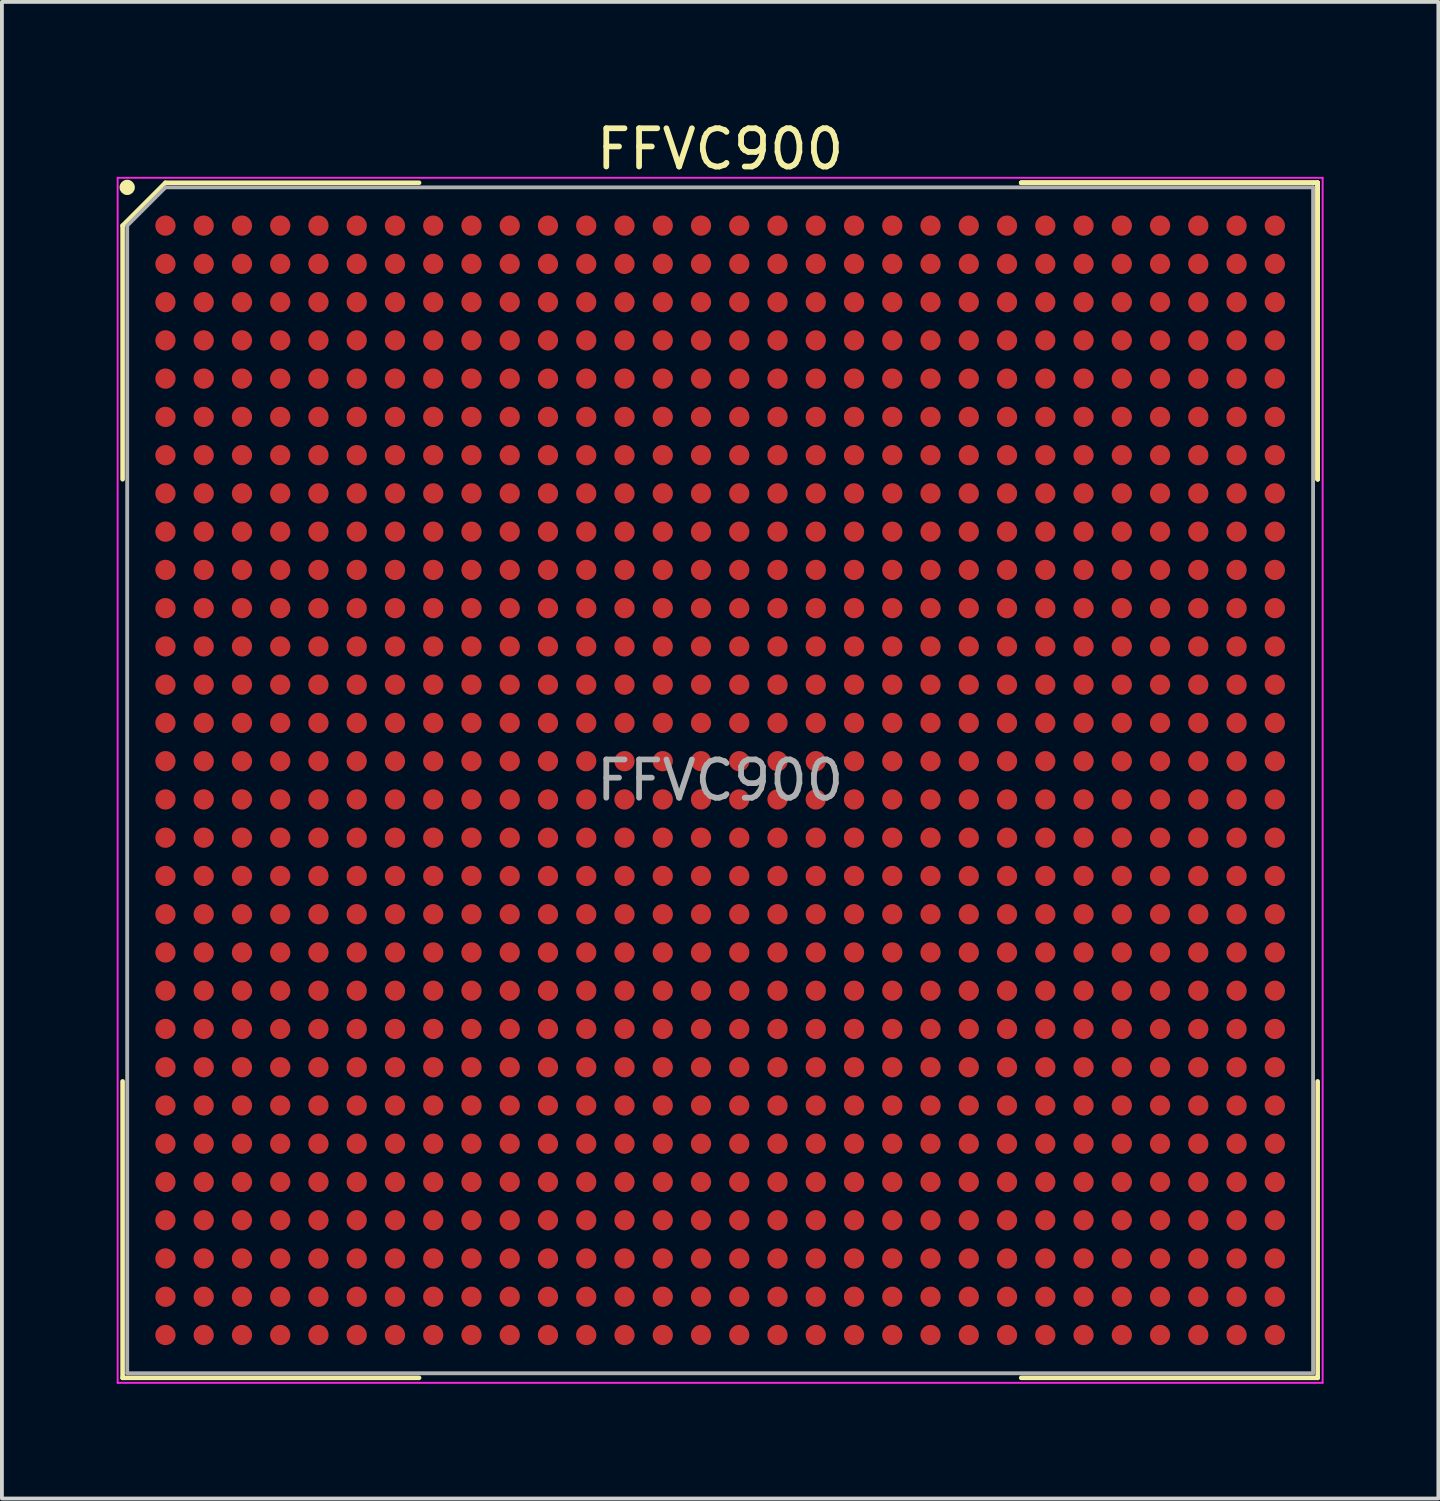
<source format=kicad_pcb>
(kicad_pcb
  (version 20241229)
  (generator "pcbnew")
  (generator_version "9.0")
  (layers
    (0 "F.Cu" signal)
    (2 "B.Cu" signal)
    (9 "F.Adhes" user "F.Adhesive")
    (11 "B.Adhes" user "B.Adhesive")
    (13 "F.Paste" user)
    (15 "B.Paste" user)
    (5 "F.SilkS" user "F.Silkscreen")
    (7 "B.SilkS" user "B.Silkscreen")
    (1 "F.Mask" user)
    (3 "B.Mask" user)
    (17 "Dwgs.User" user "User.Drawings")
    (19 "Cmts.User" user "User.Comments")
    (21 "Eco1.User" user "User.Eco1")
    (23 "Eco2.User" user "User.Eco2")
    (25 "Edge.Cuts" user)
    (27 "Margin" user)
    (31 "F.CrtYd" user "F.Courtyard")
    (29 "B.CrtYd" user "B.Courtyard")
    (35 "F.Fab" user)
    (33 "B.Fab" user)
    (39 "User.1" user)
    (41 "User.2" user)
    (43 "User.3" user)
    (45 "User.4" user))
  (footprint "FFVC900"
    (layer "F.Cu")
    (at 15.775 17.348)
    (property "Reference" "FFVC900" (at 0 -16.5 0) (layer "F.SilkS") (effects (font (size 1 1) (thickness 0.15))))
    (attr smd)
    (fp_line (start -15.62 -14.5) (end -15.62 -7.87) (stroke (width 0.12) (type solid)) (layer "F.SilkS"))
    (fp_line (start -15.62 15.62) (end -15.62 7.87) (stroke (width 0.12) (type solid)) (layer "F.SilkS"))
    (fp_line (start -14.5 -15.62) (end -15.62 -14.5) (stroke (width 0.12) (type solid)) (layer "F.SilkS"))
    (fp_line (start -7.87 -15.62) (end -14.5 -15.62) (stroke (width 0.12) (type solid)) (layer "F.SilkS"))
    (fp_line (start -7.87 15.62) (end -15.62 15.62) (stroke (width 0.12) (type solid)) (layer "F.SilkS"))
    (fp_line (start 7.87 -15.62) (end 15.62 -15.62) (stroke (width 0.12) (type solid)) (layer "F.SilkS"))
    (fp_line (start 7.87 -15.62) (end 15.62 -15.62) (stroke (width 0.12) (type solid)) (layer "F.SilkS"))
    (fp_line (start 7.87 -15.62) (end 15.62 -15.62) (stroke (width 0.12) (type solid)) (layer "F.SilkS"))
    (fp_line (start 7.87 15.62) (end 15.62 15.62) (stroke (width 0.12) (type solid)) (layer "F.SilkS"))
    (fp_line (start 15.62 -15.62) (end 15.62 -7.87) (stroke (width 0.12) (type solid)) (layer "F.SilkS"))
    (fp_line (start 15.62 -15.62) (end 15.62 -7.87) (stroke (width 0.12) (type solid)) (layer "F.SilkS"))
    (fp_line (start 15.62 -15.62) (end 15.62 -7.87) (stroke (width 0.12) (type solid)) (layer "F.SilkS"))
    (fp_line (start 15.62 15.62) (end 15.62 7.87) (stroke (width 0.12) (type solid)) (layer "F.SilkS"))
    (fp_circle (center -15.5 -15.5) (end -15.5 -15.4) (stroke (width 0.2) (type solid)) (fill no) (layer "F.SilkS"))
    (fp_line (start -15.75 -15.75) (end 15.75 -15.75) (stroke (width 0.05) (type solid)) (layer "F.CrtYd"))
    (fp_line (start -15.75 15.75) (end -15.75 -15.75) (stroke (width 0.05) (type solid)) (layer "F.CrtYd"))
    (fp_line (start 15.75 -15.75) (end 15.75 15.75) (stroke (width 0.05) (type solid)) (layer "F.CrtYd"))
    (fp_line (start 15.75 15.75) (end -15.75 15.75) (stroke (width 0.05) (type solid)) (layer "F.CrtYd"))
    (fp_line (start -15.5 -14.5) (end -15.5 15.5) (stroke (width 0.1) (type solid)) (layer "F.Fab"))
    (fp_line (start -15.5 15.5) (end 15.5 15.5) (stroke (width 0.1) (type solid)) (layer "F.Fab"))
    (fp_line (start -14.5 -15.5) (end -15.5 -14.5) (stroke (width 0.1) (type solid)) (layer "F.Fab"))
    (fp_line (start 15.5 -15.5) (end -14.5 -15.5) (stroke (width 0.1) (type solid)) (layer "F.Fab"))
    (fp_line (start 15.5 15.5) (end 15.5 -15.5) (stroke (width 0.1) (type solid)) (layer "F.Fab"))
    (fp_text user "${REFERENCE}" (at 0 0 0) (layer "F.Fab") (effects (font (size 1 1) (thickness 0.15))))
    (pad "A1" smd circle (at -14.5 -14.5) (size 0.53 0.53) (layers "F.Cu" "F.Mask" "F.Paste"))
    (pad "A2" smd circle (at -13.5 -14.5) (size 0.53 0.53) (layers "F.Cu" "F.Mask" "F.Paste"))
    (pad "A3" smd circle (at -12.5 -14.5) (size 0.53 0.53) (layers "F.Cu" "F.Mask" "F.Paste"))
    (pad "A4" smd circle (at -11.5 -14.5) (size 0.53 0.53) (layers "F.Cu" "F.Mask" "F.Paste"))
    (pad "A5" smd circle (at -10.5 -14.5) (size 0.53 0.53) (layers "F.Cu" "F.Mask" "F.Paste"))
    (pad "A6" smd circle (at -9.5 -14.5) (size 0.53 0.53) (layers "F.Cu" "F.Mask" "F.Paste"))
    (pad "A7" smd circle (at -8.5 -14.5) (size 0.53 0.53) (layers "F.Cu" "F.Mask" "F.Paste"))
    (pad "A8" smd circle (at -7.5 -14.5) (size 0.53 0.53) (layers "F.Cu" "F.Mask" "F.Paste"))
    (pad "A9" smd circle (at -6.5 -14.5) (size 0.53 0.53) (layers "F.Cu" "F.Mask" "F.Paste"))
    (pad "A10" smd circle (at -5.5 -14.5) (size 0.53 0.53) (layers "F.Cu" "F.Mask" "F.Paste"))
    (pad "A11" smd circle (at -4.5 -14.5) (size 0.53 0.53) (layers "F.Cu" "F.Mask" "F.Paste"))
    (pad "A12" smd circle (at -3.5 -14.5) (size 0.53 0.53) (layers "F.Cu" "F.Mask" "F.Paste"))
    (pad "A13" smd circle (at -2.5 -14.5) (size 0.53 0.53) (layers "F.Cu" "F.Mask" "F.Paste"))
    (pad "A14" smd circle (at -1.5 -14.5) (size 0.53 0.53) (layers "F.Cu" "F.Mask" "F.Paste"))
    (pad "A15" smd circle (at -0.5 -14.5) (size 0.53 0.53) (layers "F.Cu" "F.Mask" "F.Paste"))
    (pad "A16" smd circle (at 0.5 -14.5) (size 0.53 0.53) (layers "F.Cu" "F.Mask" "F.Paste"))
    (pad "A17" smd circle (at 1.5 -14.5) (size 0.53 0.53) (layers "F.Cu" "F.Mask" "F.Paste"))
    (pad "A18" smd circle (at 2.5 -14.5) (size 0.53 0.53) (layers "F.Cu" "F.Mask" "F.Paste"))
    (pad "A19" smd circle (at 3.5 -14.5) (size 0.53 0.53) (layers "F.Cu" "F.Mask" "F.Paste"))
    (pad "A20" smd circle (at 4.5 -14.5) (size 0.53 0.53) (layers "F.Cu" "F.Mask" "F.Paste"))
    (pad "A21" smd circle (at 5.5 -14.5) (size 0.53 0.53) (layers "F.Cu" "F.Mask" "F.Paste"))
    (pad "A22" smd circle (at 6.5 -14.5) (size 0.53 0.53) (layers "F.Cu" "F.Mask" "F.Paste"))
    (pad "A23" smd circle (at 7.5 -14.5) (size 0.53 0.53) (layers "F.Cu" "F.Mask" "F.Paste"))
    (pad "A24" smd circle (at 8.5 -14.5) (size 0.53 0.53) (layers "F.Cu" "F.Mask" "F.Paste"))
    (pad "A25" smd circle (at 9.5 -14.5) (size 0.53 0.53) (layers "F.Cu" "F.Mask" "F.Paste"))
    (pad "A26" smd circle (at 10.5 -14.5) (size 0.53 0.53) (layers "F.Cu" "F.Mask" "F.Paste"))
    (pad "A27" smd circle (at 11.5 -14.5) (size 0.53 0.53) (layers "F.Cu" "F.Mask" "F.Paste"))
    (pad "A28" smd circle (at 12.5 -14.5) (size 0.53 0.53) (layers "F.Cu" "F.Mask" "F.Paste"))
    (pad "A29" smd circle (at 13.5 -14.5) (size 0.53 0.53) (layers "F.Cu" "F.Mask" "F.Paste"))
    (pad "A30" smd circle (at 14.5 -14.5) (size 0.53 0.53) (layers "F.Cu" "F.Mask" "F.Paste"))
    (pad "AA1" smd circle (at -14.5 5.5) (size 0.53 0.53) (layers "F.Cu" "F.Mask" "F.Paste"))
    (pad "AA2" smd circle (at -13.5 5.5) (size 0.53 0.53) (layers "F.Cu" "F.Mask" "F.Paste"))
    (pad "AA3" smd circle (at -12.5 5.5) (size 0.53 0.53) (layers "F.Cu" "F.Mask" "F.Paste"))
    (pad "AA4" smd circle (at -11.5 5.5) (size 0.53 0.53) (layers "F.Cu" "F.Mask" "F.Paste"))
    (pad "AA5" smd circle (at -10.5 5.5) (size 0.53 0.53) (layers "F.Cu" "F.Mask" "F.Paste"))
    (pad "AA6" smd circle (at -9.5 5.5) (size 0.53 0.53) (layers "F.Cu" "F.Mask" "F.Paste"))
    (pad "AA7" smd circle (at -8.5 5.5) (size 0.53 0.53) (layers "F.Cu" "F.Mask" "F.Paste"))
    (pad "AA8" smd circle (at -7.5 5.5) (size 0.53 0.53) (layers "F.Cu" "F.Mask" "F.Paste"))
    (pad "AA9" smd circle (at -6.5 5.5) (size 0.53 0.53) (layers "F.Cu" "F.Mask" "F.Paste"))
    (pad "AA10" smd circle (at -5.5 5.5) (size 0.53 0.53) (layers "F.Cu" "F.Mask" "F.Paste"))
    (pad "AA11" smd circle (at -4.5 5.5) (size 0.53 0.53) (layers "F.Cu" "F.Mask" "F.Paste"))
    (pad "AA12" smd circle (at -3.5 5.5) (size 0.53 0.53) (layers "F.Cu" "F.Mask" "F.Paste"))
    (pad "AA13" smd circle (at -2.5 5.5) (size 0.53 0.53) (layers "F.Cu" "F.Mask" "F.Paste"))
    (pad "AA14" smd circle (at -1.5 5.5) (size 0.53 0.53) (layers "F.Cu" "F.Mask" "F.Paste"))
    (pad "AA15" smd circle (at -0.5 5.5) (size 0.53 0.53) (layers "F.Cu" "F.Mask" "F.Paste"))
    (pad "AA16" smd circle (at 0.5 5.5) (size 0.53 0.53) (layers "F.Cu" "F.Mask" "F.Paste"))
    (pad "AA17" smd circle (at 1.5 5.5) (size 0.53 0.53) (layers "F.Cu" "F.Mask" "F.Paste"))
    (pad "AA18" smd circle (at 2.5 5.5) (size 0.53 0.53) (layers "F.Cu" "F.Mask" "F.Paste"))
    (pad "AA19" smd circle (at 3.5 5.5) (size 0.53 0.53) (layers "F.Cu" "F.Mask" "F.Paste"))
    (pad "AA20" smd circle (at 4.5 5.5) (size 0.53 0.53) (layers "F.Cu" "F.Mask" "F.Paste"))
    (pad "AA21" smd circle (at 5.5 5.5) (size 0.53 0.53) (layers "F.Cu" "F.Mask" "F.Paste"))
    (pad "AA22" smd circle (at 6.5 5.5) (size 0.53 0.53) (layers "F.Cu" "F.Mask" "F.Paste"))
    (pad "AA23" smd circle (at 7.5 5.5) (size 0.53 0.53) (layers "F.Cu" "F.Mask" "F.Paste"))
    (pad "AA24" smd circle (at 8.5 5.5) (size 0.53 0.53) (layers "F.Cu" "F.Mask" "F.Paste"))
    (pad "AA25" smd circle (at 9.5 5.5) (size 0.53 0.53) (layers "F.Cu" "F.Mask" "F.Paste"))
    (pad "AA26" smd circle (at 10.5 5.5) (size 0.53 0.53) (layers "F.Cu" "F.Mask" "F.Paste"))
    (pad "AA27" smd circle (at 11.5 5.5) (size 0.53 0.53) (layers "F.Cu" "F.Mask" "F.Paste"))
    (pad "AA28" smd circle (at 12.5 5.5) (size 0.53 0.53) (layers "F.Cu" "F.Mask" "F.Paste"))
    (pad "AA29" smd circle (at 13.5 5.5) (size 0.53 0.53) (layers "F.Cu" "F.Mask" "F.Paste"))
    (pad "AA30" smd circle (at 14.5 5.5) (size 0.53 0.53) (layers "F.Cu" "F.Mask" "F.Paste"))
    (pad "AB1" smd circle (at -14.5 6.5) (size 0.53 0.53) (layers "F.Cu" "F.Mask" "F.Paste"))
    (pad "AB2" smd circle (at -13.5 6.5) (size 0.53 0.53) (layers "F.Cu" "F.Mask" "F.Paste"))
    (pad "AB3" smd circle (at -12.5 6.5) (size 0.53 0.53) (layers "F.Cu" "F.Mask" "F.Paste"))
    (pad "AB4" smd circle (at -11.5 6.5) (size 0.53 0.53) (layers "F.Cu" "F.Mask" "F.Paste"))
    (pad "AB5" smd circle (at -10.5 6.5) (size 0.53 0.53) (layers "F.Cu" "F.Mask" "F.Paste"))
    (pad "AB6" smd circle (at -9.5 6.5) (size 0.53 0.53) (layers "F.Cu" "F.Mask" "F.Paste"))
    (pad "AB7" smd circle (at -8.5 6.5) (size 0.53 0.53) (layers "F.Cu" "F.Mask" "F.Paste"))
    (pad "AB8" smd circle (at -7.5 6.5) (size 0.53 0.53) (layers "F.Cu" "F.Mask" "F.Paste"))
    (pad "AB9" smd circle (at -6.5 6.5) (size 0.53 0.53) (layers "F.Cu" "F.Mask" "F.Paste"))
    (pad "AB10" smd circle (at -5.5 6.5) (size 0.53 0.53) (layers "F.Cu" "F.Mask" "F.Paste"))
    (pad "AB11" smd circle (at -4.5 6.5) (size 0.53 0.53) (layers "F.Cu" "F.Mask" "F.Paste"))
    (pad "AB12" smd circle (at -3.5 6.5) (size 0.53 0.53) (layers "F.Cu" "F.Mask" "F.Paste"))
    (pad "AB13" smd circle (at -2.5 6.5) (size 0.53 0.53) (layers "F.Cu" "F.Mask" "F.Paste"))
    (pad "AB14" smd circle (at -1.5 6.5) (size 0.53 0.53) (layers "F.Cu" "F.Mask" "F.Paste"))
    (pad "AB15" smd circle (at -0.5 6.5) (size 0.53 0.53) (layers "F.Cu" "F.Mask" "F.Paste"))
    (pad "AB16" smd circle (at 0.5 6.5) (size 0.53 0.53) (layers "F.Cu" "F.Mask" "F.Paste"))
    (pad "AB17" smd circle (at 1.5 6.5) (size 0.53 0.53) (layers "F.Cu" "F.Mask" "F.Paste"))
    (pad "AB18" smd circle (at 2.5 6.5) (size 0.53 0.53) (layers "F.Cu" "F.Mask" "F.Paste"))
    (pad "AB19" smd circle (at 3.5 6.5) (size 0.53 0.53) (layers "F.Cu" "F.Mask" "F.Paste"))
    (pad "AB20" smd circle (at 4.5 6.5) (size 0.53 0.53) (layers "F.Cu" "F.Mask" "F.Paste"))
    (pad "AB21" smd circle (at 5.5 6.5) (size 0.53 0.53) (layers "F.Cu" "F.Mask" "F.Paste"))
    (pad "AB22" smd circle (at 6.5 6.5) (size 0.53 0.53) (layers "F.Cu" "F.Mask" "F.Paste"))
    (pad "AB23" smd circle (at 7.5 6.5) (size 0.53 0.53) (layers "F.Cu" "F.Mask" "F.Paste"))
    (pad "AB24" smd circle (at 8.5 6.5) (size 0.53 0.53) (layers "F.Cu" "F.Mask" "F.Paste"))
    (pad "AB25" smd circle (at 9.5 6.5) (size 0.53 0.53) (layers "F.Cu" "F.Mask" "F.Paste"))
    (pad "AB26" smd circle (at 10.5 6.5) (size 0.53 0.53) (layers "F.Cu" "F.Mask" "F.Paste"))
    (pad "AB27" smd circle (at 11.5 6.5) (size 0.53 0.53) (layers "F.Cu" "F.Mask" "F.Paste"))
    (pad "AB28" smd circle (at 12.5 6.5) (size 0.53 0.53) (layers "F.Cu" "F.Mask" "F.Paste"))
    (pad "AB29" smd circle (at 13.5 6.5) (size 0.53 0.53) (layers "F.Cu" "F.Mask" "F.Paste"))
    (pad "AB30" smd circle (at 14.5 6.5) (size 0.53 0.53) (layers "F.Cu" "F.Mask" "F.Paste"))
    (pad "AC1" smd circle (at -14.5 7.5) (size 0.53 0.53) (layers "F.Cu" "F.Mask" "F.Paste"))
    (pad "AC2" smd circle (at -13.5 7.5) (size 0.53 0.53) (layers "F.Cu" "F.Mask" "F.Paste"))
    (pad "AC3" smd circle (at -12.5 7.5) (size 0.53 0.53) (layers "F.Cu" "F.Mask" "F.Paste"))
    (pad "AC4" smd circle (at -11.5 7.5) (size 0.53 0.53) (layers "F.Cu" "F.Mask" "F.Paste"))
    (pad "AC5" smd circle (at -10.5 7.5) (size 0.53 0.53) (layers "F.Cu" "F.Mask" "F.Paste"))
    (pad "AC6" smd circle (at -9.5 7.5) (size 0.53 0.53) (layers "F.Cu" "F.Mask" "F.Paste"))
    (pad "AC7" smd circle (at -8.5 7.5) (size 0.53 0.53) (layers "F.Cu" "F.Mask" "F.Paste"))
    (pad "AC8" smd circle (at -7.5 7.5) (size 0.53 0.53) (layers "F.Cu" "F.Mask" "F.Paste"))
    (pad "AC9" smd circle (at -6.5 7.5) (size 0.53 0.53) (layers "F.Cu" "F.Mask" "F.Paste"))
    (pad "AC10" smd circle (at -5.5 7.5) (size 0.53 0.53) (layers "F.Cu" "F.Mask" "F.Paste"))
    (pad "AC11" smd circle (at -4.5 7.5) (size 0.53 0.53) (layers "F.Cu" "F.Mask" "F.Paste"))
    (pad "AC12" smd circle (at -3.5 7.5) (size 0.53 0.53) (layers "F.Cu" "F.Mask" "F.Paste"))
    (pad "AC13" smd circle (at -2.5 7.5) (size 0.53 0.53) (layers "F.Cu" "F.Mask" "F.Paste"))
    (pad "AC14" smd circle (at -1.5 7.5) (size 0.53 0.53) (layers "F.Cu" "F.Mask" "F.Paste"))
    (pad "AC15" smd circle (at -0.5 7.5) (size 0.53 0.53) (layers "F.Cu" "F.Mask" "F.Paste"))
    (pad "AC16" smd circle (at 0.5 7.5) (size 0.53 0.53) (layers "F.Cu" "F.Mask" "F.Paste"))
    (pad "AC17" smd circle (at 1.5 7.5) (size 0.53 0.53) (layers "F.Cu" "F.Mask" "F.Paste"))
    (pad "AC18" smd circle (at 2.5 7.5) (size 0.53 0.53) (layers "F.Cu" "F.Mask" "F.Paste"))
    (pad "AC19" smd circle (at 3.5 7.5) (size 0.53 0.53) (layers "F.Cu" "F.Mask" "F.Paste"))
    (pad "AC20" smd circle (at 4.5 7.5) (size 0.53 0.53) (layers "F.Cu" "F.Mask" "F.Paste"))
    (pad "AC21" smd circle (at 5.5 7.5) (size 0.53 0.53) (layers "F.Cu" "F.Mask" "F.Paste"))
    (pad "AC22" smd circle (at 6.5 7.5) (size 0.53 0.53) (layers "F.Cu" "F.Mask" "F.Paste"))
    (pad "AC23" smd circle (at 7.5 7.5) (size 0.53 0.53) (layers "F.Cu" "F.Mask" "F.Paste"))
    (pad "AC24" smd circle (at 8.5 7.5) (size 0.53 0.53) (layers "F.Cu" "F.Mask" "F.Paste"))
    (pad "AC25" smd circle (at 9.5 7.5) (size 0.53 0.53) (layers "F.Cu" "F.Mask" "F.Paste"))
    (pad "AC26" smd circle (at 10.5 7.5) (size 0.53 0.53) (layers "F.Cu" "F.Mask" "F.Paste"))
    (pad "AC27" smd circle (at 11.5 7.5) (size 0.53 0.53) (layers "F.Cu" "F.Mask" "F.Paste"))
    (pad "AC28" smd circle (at 12.5 7.5) (size 0.53 0.53) (layers "F.Cu" "F.Mask" "F.Paste"))
    (pad "AC29" smd circle (at 13.5 7.5) (size 0.53 0.53) (layers "F.Cu" "F.Mask" "F.Paste"))
    (pad "AC30" smd circle (at 14.5 7.5) (size 0.53 0.53) (layers "F.Cu" "F.Mask" "F.Paste"))
    (pad "AD1" smd circle (at -14.5 8.5) (size 0.53 0.53) (layers "F.Cu" "F.Mask" "F.Paste"))
    (pad "AD2" smd circle (at -13.5 8.5) (size 0.53 0.53) (layers "F.Cu" "F.Mask" "F.Paste"))
    (pad "AD3" smd circle (at -12.5 8.5) (size 0.53 0.53) (layers "F.Cu" "F.Mask" "F.Paste"))
    (pad "AD4" smd circle (at -11.5 8.5) (size 0.53 0.53) (layers "F.Cu" "F.Mask" "F.Paste"))
    (pad "AD5" smd circle (at -10.5 8.5) (size 0.53 0.53) (layers "F.Cu" "F.Mask" "F.Paste"))
    (pad "AD6" smd circle (at -9.5 8.5) (size 0.53 0.53) (layers "F.Cu" "F.Mask" "F.Paste"))
    (pad "AD7" smd circle (at -8.5 8.5) (size 0.53 0.53) (layers "F.Cu" "F.Mask" "F.Paste"))
    (pad "AD8" smd circle (at -7.5 8.5) (size 0.53 0.53) (layers "F.Cu" "F.Mask" "F.Paste"))
    (pad "AD9" smd circle (at -6.5 8.5) (size 0.53 0.53) (layers "F.Cu" "F.Mask" "F.Paste"))
    (pad "AD10" smd circle (at -5.5 8.5) (size 0.53 0.53) (layers "F.Cu" "F.Mask" "F.Paste"))
    (pad "AD11" smd circle (at -4.5 8.5) (size 0.53 0.53) (layers "F.Cu" "F.Mask" "F.Paste"))
    (pad "AD12" smd circle (at -3.5 8.5) (size 0.53 0.53) (layers "F.Cu" "F.Mask" "F.Paste"))
    (pad "AD13" smd circle (at -2.5 8.5) (size 0.53 0.53) (layers "F.Cu" "F.Mask" "F.Paste"))
    (pad "AD14" smd circle (at -1.5 8.5) (size 0.53 0.53) (layers "F.Cu" "F.Mask" "F.Paste"))
    (pad "AD15" smd circle (at -0.5 8.5) (size 0.53 0.53) (layers "F.Cu" "F.Mask" "F.Paste"))
    (pad "AD16" smd circle (at 0.5 8.5) (size 0.53 0.53) (layers "F.Cu" "F.Mask" "F.Paste"))
    (pad "AD17" smd circle (at 1.5 8.5) (size 0.53 0.53) (layers "F.Cu" "F.Mask" "F.Paste"))
    (pad "AD18" smd circle (at 2.5 8.5) (size 0.53 0.53) (layers "F.Cu" "F.Mask" "F.Paste"))
    (pad "AD19" smd circle (at 3.5 8.5) (size 0.53 0.53) (layers "F.Cu" "F.Mask" "F.Paste"))
    (pad "AD20" smd circle (at 4.5 8.5) (size 0.53 0.53) (layers "F.Cu" "F.Mask" "F.Paste"))
    (pad "AD21" smd circle (at 5.5 8.5) (size 0.53 0.53) (layers "F.Cu" "F.Mask" "F.Paste"))
    (pad "AD22" smd circle (at 6.5 8.5) (size 0.53 0.53) (layers "F.Cu" "F.Mask" "F.Paste"))
    (pad "AD23" smd circle (at 7.5 8.5) (size 0.53 0.53) (layers "F.Cu" "F.Mask" "F.Paste"))
    (pad "AD24" smd circle (at 8.5 8.5) (size 0.53 0.53) (layers "F.Cu" "F.Mask" "F.Paste"))
    (pad "AD25" smd circle (at 9.5 8.5) (size 0.53 0.53) (layers "F.Cu" "F.Mask" "F.Paste"))
    (pad "AD26" smd circle (at 10.5 8.5) (size 0.53 0.53) (layers "F.Cu" "F.Mask" "F.Paste"))
    (pad "AD27" smd circle (at 11.5 8.5) (size 0.53 0.53) (layers "F.Cu" "F.Mask" "F.Paste"))
    (pad "AD28" smd circle (at 12.5 8.5) (size 0.53 0.53) (layers "F.Cu" "F.Mask" "F.Paste"))
    (pad "AD29" smd circle (at 13.5 8.5) (size 0.53 0.53) (layers "F.Cu" "F.Mask" "F.Paste"))
    (pad "AD30" smd circle (at 14.5 8.5) (size 0.53 0.53) (layers "F.Cu" "F.Mask" "F.Paste"))
    (pad "AE1" smd circle (at -14.5 9.5) (size 0.53 0.53) (layers "F.Cu" "F.Mask" "F.Paste"))
    (pad "AE2" smd circle (at -13.5 9.5) (size 0.53 0.53) (layers "F.Cu" "F.Mask" "F.Paste"))
    (pad "AE3" smd circle (at -12.5 9.5) (size 0.53 0.53) (layers "F.Cu" "F.Mask" "F.Paste"))
    (pad "AE4" smd circle (at -11.5 9.5) (size 0.53 0.53) (layers "F.Cu" "F.Mask" "F.Paste"))
    (pad "AE5" smd circle (at -10.5 9.5) (size 0.53 0.53) (layers "F.Cu" "F.Mask" "F.Paste"))
    (pad "AE6" smd circle (at -9.5 9.5) (size 0.53 0.53) (layers "F.Cu" "F.Mask" "F.Paste"))
    (pad "AE7" smd circle (at -8.5 9.5) (size 0.53 0.53) (layers "F.Cu" "F.Mask" "F.Paste"))
    (pad "AE8" smd circle (at -7.5 9.5) (size 0.53 0.53) (layers "F.Cu" "F.Mask" "F.Paste"))
    (pad "AE9" smd circle (at -6.5 9.5) (size 0.53 0.53) (layers "F.Cu" "F.Mask" "F.Paste"))
    (pad "AE10" smd circle (at -5.5 9.5) (size 0.53 0.53) (layers "F.Cu" "F.Mask" "F.Paste"))
    (pad "AE11" smd circle (at -4.5 9.5) (size 0.53 0.53) (layers "F.Cu" "F.Mask" "F.Paste"))
    (pad "AE12" smd circle (at -3.5 9.5) (size 0.53 0.53) (layers "F.Cu" "F.Mask" "F.Paste"))
    (pad "AE13" smd circle (at -2.5 9.5) (size 0.53 0.53) (layers "F.Cu" "F.Mask" "F.Paste"))
    (pad "AE14" smd circle (at -1.5 9.5) (size 0.53 0.53) (layers "F.Cu" "F.Mask" "F.Paste"))
    (pad "AE15" smd circle (at -0.5 9.5) (size 0.53 0.53) (layers "F.Cu" "F.Mask" "F.Paste"))
    (pad "AE16" smd circle (at 0.5 9.5) (size 0.53 0.53) (layers "F.Cu" "F.Mask" "F.Paste"))
    (pad "AE17" smd circle (at 1.5 9.5) (size 0.53 0.53) (layers "F.Cu" "F.Mask" "F.Paste"))
    (pad "AE18" smd circle (at 2.5 9.5) (size 0.53 0.53) (layers "F.Cu" "F.Mask" "F.Paste"))
    (pad "AE19" smd circle (at 3.5 9.5) (size 0.53 0.53) (layers "F.Cu" "F.Mask" "F.Paste"))
    (pad "AE20" smd circle (at 4.5 9.5) (size 0.53 0.53) (layers "F.Cu" "F.Mask" "F.Paste"))
    (pad "AE21" smd circle (at 5.5 9.5) (size 0.53 0.53) (layers "F.Cu" "F.Mask" "F.Paste"))
    (pad "AE22" smd circle (at 6.5 9.5) (size 0.53 0.53) (layers "F.Cu" "F.Mask" "F.Paste"))
    (pad "AE23" smd circle (at 7.5 9.5) (size 0.53 0.53) (layers "F.Cu" "F.Mask" "F.Paste"))
    (pad "AE24" smd circle (at 8.5 9.5) (size 0.53 0.53) (layers "F.Cu" "F.Mask" "F.Paste"))
    (pad "AE25" smd circle (at 9.5 9.5) (size 0.53 0.53) (layers "F.Cu" "F.Mask" "F.Paste"))
    (pad "AE26" smd circle (at 10.5 9.5) (size 0.53 0.53) (layers "F.Cu" "F.Mask" "F.Paste"))
    (pad "AE27" smd circle (at 11.5 9.5) (size 0.53 0.53) (layers "F.Cu" "F.Mask" "F.Paste"))
    (pad "AE28" smd circle (at 12.5 9.5) (size 0.53 0.53) (layers "F.Cu" "F.Mask" "F.Paste"))
    (pad "AE29" smd circle (at 13.5 9.5) (size 0.53 0.53) (layers "F.Cu" "F.Mask" "F.Paste"))
    (pad "AE30" smd circle (at 14.5 9.5) (size 0.53 0.53) (layers "F.Cu" "F.Mask" "F.Paste"))
    (pad "AF1" smd circle (at -14.5 10.5) (size 0.53 0.53) (layers "F.Cu" "F.Mask" "F.Paste"))
    (pad "AF2" smd circle (at -13.5 10.5) (size 0.53 0.53) (layers "F.Cu" "F.Mask" "F.Paste"))
    (pad "AF3" smd circle (at -12.5 10.5) (size 0.53 0.53) (layers "F.Cu" "F.Mask" "F.Paste"))
    (pad "AF4" smd circle (at -11.5 10.5) (size 0.53 0.53) (layers "F.Cu" "F.Mask" "F.Paste"))
    (pad "AF5" smd circle (at -10.5 10.5) (size 0.53 0.53) (layers "F.Cu" "F.Mask" "F.Paste"))
    (pad "AF6" smd circle (at -9.5 10.5) (size 0.53 0.53) (layers "F.Cu" "F.Mask" "F.Paste"))
    (pad "AF7" smd circle (at -8.5 10.5) (size 0.53 0.53) (layers "F.Cu" "F.Mask" "F.Paste"))
    (pad "AF8" smd circle (at -7.5 10.5) (size 0.53 0.53) (layers "F.Cu" "F.Mask" "F.Paste"))
    (pad "AF9" smd circle (at -6.5 10.5) (size 0.53 0.53) (layers "F.Cu" "F.Mask" "F.Paste"))
    (pad "AF10" smd circle (at -5.5 10.5) (size 0.53 0.53) (layers "F.Cu" "F.Mask" "F.Paste"))
    (pad "AF11" smd circle (at -4.5 10.5) (size 0.53 0.53) (layers "F.Cu" "F.Mask" "F.Paste"))
    (pad "AF12" smd circle (at -3.5 10.5) (size 0.53 0.53) (layers "F.Cu" "F.Mask" "F.Paste"))
    (pad "AF13" smd circle (at -2.5 10.5) (size 0.53 0.53) (layers "F.Cu" "F.Mask" "F.Paste"))
    (pad "AF14" smd circle (at -1.5 10.5) (size 0.53 0.53) (layers "F.Cu" "F.Mask" "F.Paste"))
    (pad "AF15" smd circle (at -0.5 10.5) (size 0.53 0.53) (layers "F.Cu" "F.Mask" "F.Paste"))
    (pad "AF16" smd circle (at 0.5 10.5) (size 0.53 0.53) (layers "F.Cu" "F.Mask" "F.Paste"))
    (pad "AF17" smd circle (at 1.5 10.5) (size 0.53 0.53) (layers "F.Cu" "F.Mask" "F.Paste"))
    (pad "AF18" smd circle (at 2.5 10.5) (size 0.53 0.53) (layers "F.Cu" "F.Mask" "F.Paste"))
    (pad "AF19" smd circle (at 3.5 10.5) (size 0.53 0.53) (layers "F.Cu" "F.Mask" "F.Paste"))
    (pad "AF20" smd circle (at 4.5 10.5) (size 0.53 0.53) (layers "F.Cu" "F.Mask" "F.Paste"))
    (pad "AF21" smd circle (at 5.5 10.5) (size 0.53 0.53) (layers "F.Cu" "F.Mask" "F.Paste"))
    (pad "AF22" smd circle (at 6.5 10.5) (size 0.53 0.53) (layers "F.Cu" "F.Mask" "F.Paste"))
    (pad "AF23" smd circle (at 7.5 10.5) (size 0.53 0.53) (layers "F.Cu" "F.Mask" "F.Paste"))
    (pad "AF24" smd circle (at 8.5 10.5) (size 0.53 0.53) (layers "F.Cu" "F.Mask" "F.Paste"))
    (pad "AF25" smd circle (at 9.5 10.5) (size 0.53 0.53) (layers "F.Cu" "F.Mask" "F.Paste"))
    (pad "AF26" smd circle (at 10.5 10.5) (size 0.53 0.53) (layers "F.Cu" "F.Mask" "F.Paste"))
    (pad "AF27" smd circle (at 11.5 10.5) (size 0.53 0.53) (layers "F.Cu" "F.Mask" "F.Paste"))
    (pad "AF28" smd circle (at 12.5 10.5) (size 0.53 0.53) (layers "F.Cu" "F.Mask" "F.Paste"))
    (pad "AF29" smd circle (at 13.5 10.5) (size 0.53 0.53) (layers "F.Cu" "F.Mask" "F.Paste"))
    (pad "AF30" smd circle (at 14.5 10.5) (size 0.53 0.53) (layers "F.Cu" "F.Mask" "F.Paste"))
    (pad "AG1" smd circle (at -14.5 11.5) (size 0.53 0.53) (layers "F.Cu" "F.Mask" "F.Paste"))
    (pad "AG2" smd circle (at -13.5 11.5) (size 0.53 0.53) (layers "F.Cu" "F.Mask" "F.Paste"))
    (pad "AG3" smd circle (at -12.5 11.5) (size 0.53 0.53) (layers "F.Cu" "F.Mask" "F.Paste"))
    (pad "AG4" smd circle (at -11.5 11.5) (size 0.53 0.53) (layers "F.Cu" "F.Mask" "F.Paste"))
    (pad "AG5" smd circle (at -10.5 11.5) (size 0.53 0.53) (layers "F.Cu" "F.Mask" "F.Paste"))
    (pad "AG6" smd circle (at -9.5 11.5) (size 0.53 0.53) (layers "F.Cu" "F.Mask" "F.Paste"))
    (pad "AG7" smd circle (at -8.5 11.5) (size 0.53 0.53) (layers "F.Cu" "F.Mask" "F.Paste"))
    (pad "AG8" smd circle (at -7.5 11.5) (size 0.53 0.53) (layers "F.Cu" "F.Mask" "F.Paste"))
    (pad "AG9" smd circle (at -6.5 11.5) (size 0.53 0.53) (layers "F.Cu" "F.Mask" "F.Paste"))
    (pad "AG10" smd circle (at -5.5 11.5) (size 0.53 0.53) (layers "F.Cu" "F.Mask" "F.Paste"))
    (pad "AG11" smd circle (at -4.5 11.5) (size 0.53 0.53) (layers "F.Cu" "F.Mask" "F.Paste"))
    (pad "AG12" smd circle (at -3.5 11.5) (size 0.53 0.53) (layers "F.Cu" "F.Mask" "F.Paste"))
    (pad "AG13" smd circle (at -2.5 11.5) (size 0.53 0.53) (layers "F.Cu" "F.Mask" "F.Paste"))
    (pad "AG14" smd circle (at -1.5 11.5) (size 0.53 0.53) (layers "F.Cu" "F.Mask" "F.Paste"))
    (pad "AG15" smd circle (at -0.5 11.5) (size 0.53 0.53) (layers "F.Cu" "F.Mask" "F.Paste"))
    (pad "AG16" smd circle (at 0.5 11.5) (size 0.53 0.53) (layers "F.Cu" "F.Mask" "F.Paste"))
    (pad "AG17" smd circle (at 1.5 11.5) (size 0.53 0.53) (layers "F.Cu" "F.Mask" "F.Paste"))
    (pad "AG18" smd circle (at 2.5 11.5) (size 0.53 0.53) (layers "F.Cu" "F.Mask" "F.Paste"))
    (pad "AG19" smd circle (at 3.5 11.5) (size 0.53 0.53) (layers "F.Cu" "F.Mask" "F.Paste"))
    (pad "AG20" smd circle (at 4.5 11.5) (size 0.53 0.53) (layers "F.Cu" "F.Mask" "F.Paste"))
    (pad "AG21" smd circle (at 5.5 11.5) (size 0.53 0.53) (layers "F.Cu" "F.Mask" "F.Paste"))
    (pad "AG22" smd circle (at 6.5 11.5) (size 0.53 0.53) (layers "F.Cu" "F.Mask" "F.Paste"))
    (pad "AG23" smd circle (at 7.5 11.5) (size 0.53 0.53) (layers "F.Cu" "F.Mask" "F.Paste"))
    (pad "AG24" smd circle (at 8.5 11.5) (size 0.53 0.53) (layers "F.Cu" "F.Mask" "F.Paste"))
    (pad "AG25" smd circle (at 9.5 11.5) (size 0.53 0.53) (layers "F.Cu" "F.Mask" "F.Paste"))
    (pad "AG26" smd circle (at 10.5 11.5) (size 0.53 0.53) (layers "F.Cu" "F.Mask" "F.Paste"))
    (pad "AG27" smd circle (at 11.5 11.5) (size 0.53 0.53) (layers "F.Cu" "F.Mask" "F.Paste"))
    (pad "AG28" smd circle (at 12.5 11.5) (size 0.53 0.53) (layers "F.Cu" "F.Mask" "F.Paste"))
    (pad "AG29" smd circle (at 13.5 11.5) (size 0.53 0.53) (layers "F.Cu" "F.Mask" "F.Paste"))
    (pad "AG30" smd circle (at 14.5 11.5) (size 0.53 0.53) (layers "F.Cu" "F.Mask" "F.Paste"))
    (pad "AH1" smd circle (at -14.5 12.5) (size 0.53 0.53) (layers "F.Cu" "F.Mask" "F.Paste"))
    (pad "AH2" smd circle (at -13.5 12.5) (size 0.53 0.53) (layers "F.Cu" "F.Mask" "F.Paste"))
    (pad "AH3" smd circle (at -12.5 12.5) (size 0.53 0.53) (layers "F.Cu" "F.Mask" "F.Paste"))
    (pad "AH4" smd circle (at -11.5 12.5) (size 0.53 0.53) (layers "F.Cu" "F.Mask" "F.Paste"))
    (pad "AH5" smd circle (at -10.5 12.5) (size 0.53 0.53) (layers "F.Cu" "F.Mask" "F.Paste"))
    (pad "AH6" smd circle (at -9.5 12.5) (size 0.53 0.53) (layers "F.Cu" "F.Mask" "F.Paste"))
    (pad "AH7" smd circle (at -8.5 12.5) (size 0.53 0.53) (layers "F.Cu" "F.Mask" "F.Paste"))
    (pad "AH8" smd circle (at -7.5 12.5) (size 0.53 0.53) (layers "F.Cu" "F.Mask" "F.Paste"))
    (pad "AH9" smd circle (at -6.5 12.5) (size 0.53 0.53) (layers "F.Cu" "F.Mask" "F.Paste"))
    (pad "AH10" smd circle (at -5.5 12.5) (size 0.53 0.53) (layers "F.Cu" "F.Mask" "F.Paste"))
    (pad "AH11" smd circle (at -4.5 12.5) (size 0.53 0.53) (layers "F.Cu" "F.Mask" "F.Paste"))
    (pad "AH12" smd circle (at -3.5 12.5) (size 0.53 0.53) (layers "F.Cu" "F.Mask" "F.Paste"))
    (pad "AH13" smd circle (at -2.5 12.5) (size 0.53 0.53) (layers "F.Cu" "F.Mask" "F.Paste"))
    (pad "AH14" smd circle (at -1.5 12.5) (size 0.53 0.53) (layers "F.Cu" "F.Mask" "F.Paste"))
    (pad "AH15" smd circle (at -0.5 12.5) (size 0.53 0.53) (layers "F.Cu" "F.Mask" "F.Paste"))
    (pad "AH16" smd circle (at 0.5 12.5) (size 0.53 0.53) (layers "F.Cu" "F.Mask" "F.Paste"))
    (pad "AH17" smd circle (at 1.5 12.5) (size 0.53 0.53) (layers "F.Cu" "F.Mask" "F.Paste"))
    (pad "AH18" smd circle (at 2.5 12.5) (size 0.53 0.53) (layers "F.Cu" "F.Mask" "F.Paste"))
    (pad "AH19" smd circle (at 3.5 12.5) (size 0.53 0.53) (layers "F.Cu" "F.Mask" "F.Paste"))
    (pad "AH20" smd circle (at 4.5 12.5) (size 0.53 0.53) (layers "F.Cu" "F.Mask" "F.Paste"))
    (pad "AH21" smd circle (at 5.5 12.5) (size 0.53 0.53) (layers "F.Cu" "F.Mask" "F.Paste"))
    (pad "AH22" smd circle (at 6.5 12.5) (size 0.53 0.53) (layers "F.Cu" "F.Mask" "F.Paste"))
    (pad "AH23" smd circle (at 7.5 12.5) (size 0.53 0.53) (layers "F.Cu" "F.Mask" "F.Paste"))
    (pad "AH24" smd circle (at 8.5 12.5) (size 0.53 0.53) (layers "F.Cu" "F.Mask" "F.Paste"))
    (pad "AH25" smd circle (at 9.5 12.5) (size 0.53 0.53) (layers "F.Cu" "F.Mask" "F.Paste"))
    (pad "AH26" smd circle (at 10.5 12.5) (size 0.53 0.53) (layers "F.Cu" "F.Mask" "F.Paste"))
    (pad "AH27" smd circle (at 11.5 12.5) (size 0.53 0.53) (layers "F.Cu" "F.Mask" "F.Paste"))
    (pad "AH28" smd circle (at 12.5 12.5) (size 0.53 0.53) (layers "F.Cu" "F.Mask" "F.Paste"))
    (pad "AH29" smd circle (at 13.5 12.5) (size 0.53 0.53) (layers "F.Cu" "F.Mask" "F.Paste"))
    (pad "AH30" smd circle (at 14.5 12.5) (size 0.53 0.53) (layers "F.Cu" "F.Mask" "F.Paste"))
    (pad "AJ1" smd circle (at -14.5 13.5) (size 0.53 0.53) (layers "F.Cu" "F.Mask" "F.Paste"))
    (pad "AJ2" smd circle (at -13.5 13.5) (size 0.53 0.53) (layers "F.Cu" "F.Mask" "F.Paste"))
    (pad "AJ3" smd circle (at -12.5 13.5) (size 0.53 0.53) (layers "F.Cu" "F.Mask" "F.Paste"))
    (pad "AJ4" smd circle (at -11.5 13.5) (size 0.53 0.53) (layers "F.Cu" "F.Mask" "F.Paste"))
    (pad "AJ5" smd circle (at -10.5 13.5) (size 0.53 0.53) (layers "F.Cu" "F.Mask" "F.Paste"))
    (pad "AJ6" smd circle (at -9.5 13.5) (size 0.53 0.53) (layers "F.Cu" "F.Mask" "F.Paste"))
    (pad "AJ7" smd circle (at -8.5 13.5) (size 0.53 0.53) (layers "F.Cu" "F.Mask" "F.Paste"))
    (pad "AJ8" smd circle (at -7.5 13.5) (size 0.53 0.53) (layers "F.Cu" "F.Mask" "F.Paste"))
    (pad "AJ9" smd circle (at -6.5 13.5) (size 0.53 0.53) (layers "F.Cu" "F.Mask" "F.Paste"))
    (pad "AJ10" smd circle (at -5.5 13.5) (size 0.53 0.53) (layers "F.Cu" "F.Mask" "F.Paste"))
    (pad "AJ11" smd circle (at -4.5 13.5) (size 0.53 0.53) (layers "F.Cu" "F.Mask" "F.Paste"))
    (pad "AJ12" smd circle (at -3.5 13.5) (size 0.53 0.53) (layers "F.Cu" "F.Mask" "F.Paste"))
    (pad "AJ13" smd circle (at -2.5 13.5) (size 0.53 0.53) (layers "F.Cu" "F.Mask" "F.Paste"))
    (pad "AJ14" smd circle (at -1.5 13.5) (size 0.53 0.53) (layers "F.Cu" "F.Mask" "F.Paste"))
    (pad "AJ15" smd circle (at -0.5 13.5) (size 0.53 0.53) (layers "F.Cu" "F.Mask" "F.Paste"))
    (pad "AJ16" smd circle (at 0.5 13.5) (size 0.53 0.53) (layers "F.Cu" "F.Mask" "F.Paste"))
    (pad "AJ17" smd circle (at 1.5 13.5) (size 0.53 0.53) (layers "F.Cu" "F.Mask" "F.Paste"))
    (pad "AJ18" smd circle (at 2.5 13.5) (size 0.53 0.53) (layers "F.Cu" "F.Mask" "F.Paste"))
    (pad "AJ19" smd circle (at 3.5 13.5) (size 0.53 0.53) (layers "F.Cu" "F.Mask" "F.Paste"))
    (pad "AJ20" smd circle (at 4.5 13.5) (size 0.53 0.53) (layers "F.Cu" "F.Mask" "F.Paste"))
    (pad "AJ21" smd circle (at 5.5 13.5) (size 0.53 0.53) (layers "F.Cu" "F.Mask" "F.Paste"))
    (pad "AJ22" smd circle (at 6.5 13.5) (size 0.53 0.53) (layers "F.Cu" "F.Mask" "F.Paste"))
    (pad "AJ23" smd circle (at 7.5 13.5) (size 0.53 0.53) (layers "F.Cu" "F.Mask" "F.Paste"))
    (pad "AJ24" smd circle (at 8.5 13.5) (size 0.53 0.53) (layers "F.Cu" "F.Mask" "F.Paste"))
    (pad "AJ25" smd circle (at 9.5 13.5) (size 0.53 0.53) (layers "F.Cu" "F.Mask" "F.Paste"))
    (pad "AJ26" smd circle (at 10.5 13.5) (size 0.53 0.53) (layers "F.Cu" "F.Mask" "F.Paste"))
    (pad "AJ27" smd circle (at 11.5 13.5) (size 0.53 0.53) (layers "F.Cu" "F.Mask" "F.Paste"))
    (pad "AJ28" smd circle (at 12.5 13.5) (size 0.53 0.53) (layers "F.Cu" "F.Mask" "F.Paste"))
    (pad "AJ29" smd circle (at 13.5 13.5) (size 0.53 0.53) (layers "F.Cu" "F.Mask" "F.Paste"))
    (pad "AJ30" smd circle (at 14.5 13.5) (size 0.53 0.53) (layers "F.Cu" "F.Mask" "F.Paste"))
    (pad "AK1" smd circle (at -14.5 14.5) (size 0.53 0.53) (layers "F.Cu" "F.Mask" "F.Paste"))
    (pad "AK2" smd circle (at -13.5 14.5) (size 0.53 0.53) (layers "F.Cu" "F.Mask" "F.Paste"))
    (pad "AK3" smd circle (at -12.5 14.5) (size 0.53 0.53) (layers "F.Cu" "F.Mask" "F.Paste"))
    (pad "AK4" smd circle (at -11.5 14.5) (size 0.53 0.53) (layers "F.Cu" "F.Mask" "F.Paste"))
    (pad "AK5" smd circle (at -10.5 14.5) (size 0.53 0.53) (layers "F.Cu" "F.Mask" "F.Paste"))
    (pad "AK6" smd circle (at -9.5 14.5) (size 0.53 0.53) (layers "F.Cu" "F.Mask" "F.Paste"))
    (pad "AK7" smd circle (at -8.5 14.5) (size 0.53 0.53) (layers "F.Cu" "F.Mask" "F.Paste"))
    (pad "AK8" smd circle (at -7.5 14.5) (size 0.53 0.53) (layers "F.Cu" "F.Mask" "F.Paste"))
    (pad "AK9" smd circle (at -6.5 14.5) (size 0.53 0.53) (layers "F.Cu" "F.Mask" "F.Paste"))
    (pad "AK10" smd circle (at -5.5 14.5) (size 0.53 0.53) (layers "F.Cu" "F.Mask" "F.Paste"))
    (pad "AK11" smd circle (at -4.5 14.5) (size 0.53 0.53) (layers "F.Cu" "F.Mask" "F.Paste"))
    (pad "AK12" smd circle (at -3.5 14.5) (size 0.53 0.53) (layers "F.Cu" "F.Mask" "F.Paste"))
    (pad "AK13" smd circle (at -2.5 14.5) (size 0.53 0.53) (layers "F.Cu" "F.Mask" "F.Paste"))
    (pad "AK14" smd circle (at -1.5 14.5) (size 0.53 0.53) (layers "F.Cu" "F.Mask" "F.Paste"))
    (pad "AK15" smd circle (at -0.5 14.5) (size 0.53 0.53) (layers "F.Cu" "F.Mask" "F.Paste"))
    (pad "AK16" smd circle (at 0.5 14.5) (size 0.53 0.53) (layers "F.Cu" "F.Mask" "F.Paste"))
    (pad "AK17" smd circle (at 1.5 14.5) (size 0.53 0.53) (layers "F.Cu" "F.Mask" "F.Paste"))
    (pad "AK18" smd circle (at 2.5 14.5) (size 0.53 0.53) (layers "F.Cu" "F.Mask" "F.Paste"))
    (pad "AK19" smd circle (at 3.5 14.5) (size 0.53 0.53) (layers "F.Cu" "F.Mask" "F.Paste"))
    (pad "AK20" smd circle (at 4.5 14.5) (size 0.53 0.53) (layers "F.Cu" "F.Mask" "F.Paste"))
    (pad "AK21" smd circle (at 5.5 14.5) (size 0.53 0.53) (layers "F.Cu" "F.Mask" "F.Paste"))
    (pad "AK22" smd circle (at 6.5 14.5) (size 0.53 0.53) (layers "F.Cu" "F.Mask" "F.Paste"))
    (pad "AK23" smd circle (at 7.5 14.5) (size 0.53 0.53) (layers "F.Cu" "F.Mask" "F.Paste"))
    (pad "AK24" smd circle (at 8.5 14.5) (size 0.53 0.53) (layers "F.Cu" "F.Mask" "F.Paste"))
    (pad "AK25" smd circle (at 9.5 14.5) (size 0.53 0.53) (layers "F.Cu" "F.Mask" "F.Paste"))
    (pad "AK26" smd circle (at 10.5 14.5) (size 0.53 0.53) (layers "F.Cu" "F.Mask" "F.Paste"))
    (pad "AK27" smd circle (at 11.5 14.5) (size 0.53 0.53) (layers "F.Cu" "F.Mask" "F.Paste"))
    (pad "AK28" smd circle (at 12.5 14.5) (size 0.53 0.53) (layers "F.Cu" "F.Mask" "F.Paste"))
    (pad "AK29" smd circle (at 13.5 14.5) (size 0.53 0.53) (layers "F.Cu" "F.Mask" "F.Paste"))
    (pad "AK30" smd circle (at 14.5 14.5) (size 0.53 0.53) (layers "F.Cu" "F.Mask" "F.Paste"))
    (pad "B1" smd circle (at -14.5 -13.5) (size 0.53 0.53) (layers "F.Cu" "F.Mask" "F.Paste"))
    (pad "B2" smd circle (at -13.5 -13.5) (size 0.53 0.53) (layers "F.Cu" "F.Mask" "F.Paste"))
    (pad "B3" smd circle (at -12.5 -13.5) (size 0.53 0.53) (layers "F.Cu" "F.Mask" "F.Paste"))
    (pad "B4" smd circle (at -11.5 -13.5) (size 0.53 0.53) (layers "F.Cu" "F.Mask" "F.Paste"))
    (pad "B5" smd circle (at -10.5 -13.5) (size 0.53 0.53) (layers "F.Cu" "F.Mask" "F.Paste"))
    (pad "B6" smd circle (at -9.5 -13.5) (size 0.53 0.53) (layers "F.Cu" "F.Mask" "F.Paste"))
    (pad "B7" smd circle (at -8.5 -13.5) (size 0.53 0.53) (layers "F.Cu" "F.Mask" "F.Paste"))
    (pad "B8" smd circle (at -7.5 -13.5) (size 0.53 0.53) (layers "F.Cu" "F.Mask" "F.Paste"))
    (pad "B9" smd circle (at -6.5 -13.5) (size 0.53 0.53) (layers "F.Cu" "F.Mask" "F.Paste"))
    (pad "B10" smd circle (at -5.5 -13.5) (size 0.53 0.53) (layers "F.Cu" "F.Mask" "F.Paste"))
    (pad "B11" smd circle (at -4.5 -13.5) (size 0.53 0.53) (layers "F.Cu" "F.Mask" "F.Paste"))
    (pad "B12" smd circle (at -3.5 -13.5) (size 0.53 0.53) (layers "F.Cu" "F.Mask" "F.Paste"))
    (pad "B13" smd circle (at -2.5 -13.5) (size 0.53 0.53) (layers "F.Cu" "F.Mask" "F.Paste"))
    (pad "B14" smd circle (at -1.5 -13.5) (size 0.53 0.53) (layers "F.Cu" "F.Mask" "F.Paste"))
    (pad "B15" smd circle (at -0.5 -13.5) (size 0.53 0.53) (layers "F.Cu" "F.Mask" "F.Paste"))
    (pad "B16" smd circle (at 0.5 -13.5) (size 0.53 0.53) (layers "F.Cu" "F.Mask" "F.Paste"))
    (pad "B17" smd circle (at 1.5 -13.5) (size 0.53 0.53) (layers "F.Cu" "F.Mask" "F.Paste"))
    (pad "B18" smd circle (at 2.5 -13.5) (size 0.53 0.53) (layers "F.Cu" "F.Mask" "F.Paste"))
    (pad "B19" smd circle (at 3.5 -13.5) (size 0.53 0.53) (layers "F.Cu" "F.Mask" "F.Paste"))
    (pad "B20" smd circle (at 4.5 -13.5) (size 0.53 0.53) (layers "F.Cu" "F.Mask" "F.Paste"))
    (pad "B21" smd circle (at 5.5 -13.5) (size 0.53 0.53) (layers "F.Cu" "F.Mask" "F.Paste"))
    (pad "B22" smd circle (at 6.5 -13.5) (size 0.53 0.53) (layers "F.Cu" "F.Mask" "F.Paste"))
    (pad "B23" smd circle (at 7.5 -13.5) (size 0.53 0.53) (layers "F.Cu" "F.Mask" "F.Paste"))
    (pad "B24" smd circle (at 8.5 -13.5) (size 0.53 0.53) (layers "F.Cu" "F.Mask" "F.Paste"))
    (pad "B25" smd circle (at 9.5 -13.5) (size 0.53 0.53) (layers "F.Cu" "F.Mask" "F.Paste"))
    (pad "B26" smd circle (at 10.5 -13.5) (size 0.53 0.53) (layers "F.Cu" "F.Mask" "F.Paste"))
    (pad "B27" smd circle (at 11.5 -13.5) (size 0.53 0.53) (layers "F.Cu" "F.Mask" "F.Paste"))
    (pad "B28" smd circle (at 12.5 -13.5) (size 0.53 0.53) (layers "F.Cu" "F.Mask" "F.Paste"))
    (pad "B29" smd circle (at 13.5 -13.5) (size 0.53 0.53) (layers "F.Cu" "F.Mask" "F.Paste"))
    (pad "B30" smd circle (at 14.5 -13.5) (size 0.53 0.53) (layers "F.Cu" "F.Mask" "F.Paste"))
    (pad "C1" smd circle (at -14.5 -12.5) (size 0.53 0.53) (layers "F.Cu" "F.Mask" "F.Paste"))
    (pad "C2" smd circle (at -13.5 -12.5) (size 0.53 0.53) (layers "F.Cu" "F.Mask" "F.Paste"))
    (pad "C3" smd circle (at -12.5 -12.5) (size 0.53 0.53) (layers "F.Cu" "F.Mask" "F.Paste"))
    (pad "C4" smd circle (at -11.5 -12.5) (size 0.53 0.53) (layers "F.Cu" "F.Mask" "F.Paste"))
    (pad "C5" smd circle (at -10.5 -12.5) (size 0.53 0.53) (layers "F.Cu" "F.Mask" "F.Paste"))
    (pad "C6" smd circle (at -9.5 -12.5) (size 0.53 0.53) (layers "F.Cu" "F.Mask" "F.Paste"))
    (pad "C7" smd circle (at -8.5 -12.5) (size 0.53 0.53) (layers "F.Cu" "F.Mask" "F.Paste"))
    (pad "C8" smd circle (at -7.5 -12.5) (size 0.53 0.53) (layers "F.Cu" "F.Mask" "F.Paste"))
    (pad "C9" smd circle (at -6.5 -12.5) (size 0.53 0.53) (layers "F.Cu" "F.Mask" "F.Paste"))
    (pad "C10" smd circle (at -5.5 -12.5) (size 0.53 0.53) (layers "F.Cu" "F.Mask" "F.Paste"))
    (pad "C11" smd circle (at -4.5 -12.5) (size 0.53 0.53) (layers "F.Cu" "F.Mask" "F.Paste"))
    (pad "C12" smd circle (at -3.5 -12.5) (size 0.53 0.53) (layers "F.Cu" "F.Mask" "F.Paste"))
    (pad "C13" smd circle (at -2.5 -12.5) (size 0.53 0.53) (layers "F.Cu" "F.Mask" "F.Paste"))
    (pad "C14" smd circle (at -1.5 -12.5) (size 0.53 0.53) (layers "F.Cu" "F.Mask" "F.Paste"))
    (pad "C15" smd circle (at -0.5 -12.5) (size 0.53 0.53) (layers "F.Cu" "F.Mask" "F.Paste"))
    (pad "C16" smd circle (at 0.5 -12.5) (size 0.53 0.53) (layers "F.Cu" "F.Mask" "F.Paste"))
    (pad "C17" smd circle (at 1.5 -12.5) (size 0.53 0.53) (layers "F.Cu" "F.Mask" "F.Paste"))
    (pad "C18" smd circle (at 2.5 -12.5) (size 0.53 0.53) (layers "F.Cu" "F.Mask" "F.Paste"))
    (pad "C19" smd circle (at 3.5 -12.5) (size 0.53 0.53) (layers "F.Cu" "F.Mask" "F.Paste"))
    (pad "C20" smd circle (at 4.5 -12.5) (size 0.53 0.53) (layers "F.Cu" "F.Mask" "F.Paste"))
    (pad "C21" smd circle (at 5.5 -12.5) (size 0.53 0.53) (layers "F.Cu" "F.Mask" "F.Paste"))
    (pad "C22" smd circle (at 6.5 -12.5) (size 0.53 0.53) (layers "F.Cu" "F.Mask" "F.Paste"))
    (pad "C23" smd circle (at 7.5 -12.5) (size 0.53 0.53) (layers "F.Cu" "F.Mask" "F.Paste"))
    (pad "C24" smd circle (at 8.5 -12.5) (size 0.53 0.53) (layers "F.Cu" "F.Mask" "F.Paste"))
    (pad "C25" smd circle (at 9.5 -12.5) (size 0.53 0.53) (layers "F.Cu" "F.Mask" "F.Paste"))
    (pad "C26" smd circle (at 10.5 -12.5) (size 0.53 0.53) (layers "F.Cu" "F.Mask" "F.Paste"))
    (pad "C27" smd circle (at 11.5 -12.5) (size 0.53 0.53) (layers "F.Cu" "F.Mask" "F.Paste"))
    (pad "C28" smd circle (at 12.5 -12.5) (size 0.53 0.53) (layers "F.Cu" "F.Mask" "F.Paste"))
    (pad "C29" smd circle (at 13.5 -12.5) (size 0.53 0.53) (layers "F.Cu" "F.Mask" "F.Paste"))
    (pad "C30" smd circle (at 14.5 -12.5) (size 0.53 0.53) (layers "F.Cu" "F.Mask" "F.Paste"))
    (pad "D1" smd circle (at -14.5 -11.5) (size 0.53 0.53) (layers "F.Cu" "F.Mask" "F.Paste"))
    (pad "D2" smd circle (at -13.5 -11.5) (size 0.53 0.53) (layers "F.Cu" "F.Mask" "F.Paste"))
    (pad "D3" smd circle (at -12.5 -11.5) (size 0.53 0.53) (layers "F.Cu" "F.Mask" "F.Paste"))
    (pad "D4" smd circle (at -11.5 -11.5) (size 0.53 0.53) (layers "F.Cu" "F.Mask" "F.Paste"))
    (pad "D5" smd circle (at -10.5 -11.5) (size 0.53 0.53) (layers "F.Cu" "F.Mask" "F.Paste"))
    (pad "D6" smd circle (at -9.5 -11.5) (size 0.53 0.53) (layers "F.Cu" "F.Mask" "F.Paste"))
    (pad "D7" smd circle (at -8.5 -11.5) (size 0.53 0.53) (layers "F.Cu" "F.Mask" "F.Paste"))
    (pad "D8" smd circle (at -7.5 -11.5) (size 0.53 0.53) (layers "F.Cu" "F.Mask" "F.Paste"))
    (pad "D9" smd circle (at -6.5 -11.5) (size 0.53 0.53) (layers "F.Cu" "F.Mask" "F.Paste"))
    (pad "D10" smd circle (at -5.5 -11.5) (size 0.53 0.53) (layers "F.Cu" "F.Mask" "F.Paste"))
    (pad "D11" smd circle (at -4.5 -11.5) (size 0.53 0.53) (layers "F.Cu" "F.Mask" "F.Paste"))
    (pad "D12" smd circle (at -3.5 -11.5) (size 0.53 0.53) (layers "F.Cu" "F.Mask" "F.Paste"))
    (pad "D13" smd circle (at -2.5 -11.5) (size 0.53 0.53) (layers "F.Cu" "F.Mask" "F.Paste"))
    (pad "D14" smd circle (at -1.5 -11.5) (size 0.53 0.53) (layers "F.Cu" "F.Mask" "F.Paste"))
    (pad "D15" smd circle (at -0.5 -11.5) (size 0.53 0.53) (layers "F.Cu" "F.Mask" "F.Paste"))
    (pad "D16" smd circle (at 0.5 -11.5) (size 0.53 0.53) (layers "F.Cu" "F.Mask" "F.Paste"))
    (pad "D17" smd circle (at 1.5 -11.5) (size 0.53 0.53) (layers "F.Cu" "F.Mask" "F.Paste"))
    (pad "D18" smd circle (at 2.5 -11.5) (size 0.53 0.53) (layers "F.Cu" "F.Mask" "F.Paste"))
    (pad "D19" smd circle (at 3.5 -11.5) (size 0.53 0.53) (layers "F.Cu" "F.Mask" "F.Paste"))
    (pad "D20" smd circle (at 4.5 -11.5) (size 0.53 0.53) (layers "F.Cu" "F.Mask" "F.Paste"))
    (pad "D21" smd circle (at 5.5 -11.5) (size 0.53 0.53) (layers "F.Cu" "F.Mask" "F.Paste"))
    (pad "D22" smd circle (at 6.5 -11.5) (size 0.53 0.53) (layers "F.Cu" "F.Mask" "F.Paste"))
    (pad "D23" smd circle (at 7.5 -11.5) (size 0.53 0.53) (layers "F.Cu" "F.Mask" "F.Paste"))
    (pad "D24" smd circle (at 8.5 -11.5) (size 0.53 0.53) (layers "F.Cu" "F.Mask" "F.Paste"))
    (pad "D25" smd circle (at 9.5 -11.5) (size 0.53 0.53) (layers "F.Cu" "F.Mask" "F.Paste"))
    (pad "D26" smd circle (at 10.5 -11.5) (size 0.53 0.53) (layers "F.Cu" "F.Mask" "F.Paste"))
    (pad "D27" smd circle (at 11.5 -11.5) (size 0.53 0.53) (layers "F.Cu" "F.Mask" "F.Paste"))
    (pad "D28" smd circle (at 12.5 -11.5) (size 0.53 0.53) (layers "F.Cu" "F.Mask" "F.Paste"))
    (pad "D29" smd circle (at 13.5 -11.5) (size 0.53 0.53) (layers "F.Cu" "F.Mask" "F.Paste"))
    (pad "D30" smd circle (at 14.5 -11.5) (size 0.53 0.53) (layers "F.Cu" "F.Mask" "F.Paste"))
    (pad "E1" smd circle (at -14.5 -10.5) (size 0.53 0.53) (layers "F.Cu" "F.Mask" "F.Paste"))
    (pad "E2" smd circle (at -13.5 -10.5) (size 0.53 0.53) (layers "F.Cu" "F.Mask" "F.Paste"))
    (pad "E3" smd circle (at -12.5 -10.5) (size 0.53 0.53) (layers "F.Cu" "F.Mask" "F.Paste"))
    (pad "E4" smd circle (at -11.5 -10.5) (size 0.53 0.53) (layers "F.Cu" "F.Mask" "F.Paste"))
    (pad "E5" smd circle (at -10.5 -10.5) (size 0.53 0.53) (layers "F.Cu" "F.Mask" "F.Paste"))
    (pad "E6" smd circle (at -9.5 -10.5) (size 0.53 0.53) (layers "F.Cu" "F.Mask" "F.Paste"))
    (pad "E7" smd circle (at -8.5 -10.5) (size 0.53 0.53) (layers "F.Cu" "F.Mask" "F.Paste"))
    (pad "E8" smd circle (at -7.5 -10.5) (size 0.53 0.53) (layers "F.Cu" "F.Mask" "F.Paste"))
    (pad "E9" smd circle (at -6.5 -10.5) (size 0.53 0.53) (layers "F.Cu" "F.Mask" "F.Paste"))
    (pad "E10" smd circle (at -5.5 -10.5) (size 0.53 0.53) (layers "F.Cu" "F.Mask" "F.Paste"))
    (pad "E11" smd circle (at -4.5 -10.5) (size 0.53 0.53) (layers "F.Cu" "F.Mask" "F.Paste"))
    (pad "E12" smd circle (at -3.5 -10.5) (size 0.53 0.53) (layers "F.Cu" "F.Mask" "F.Paste"))
    (pad "E13" smd circle (at -2.5 -10.5) (size 0.53 0.53) (layers "F.Cu" "F.Mask" "F.Paste"))
    (pad "E14" smd circle (at -1.5 -10.5) (size 0.53 0.53) (layers "F.Cu" "F.Mask" "F.Paste"))
    (pad "E15" smd circle (at -0.5 -10.5) (size 0.53 0.53) (layers "F.Cu" "F.Mask" "F.Paste"))
    (pad "E16" smd circle (at 0.5 -10.5) (size 0.53 0.53) (layers "F.Cu" "F.Mask" "F.Paste"))
    (pad "E17" smd circle (at 1.5 -10.5) (size 0.53 0.53) (layers "F.Cu" "F.Mask" "F.Paste"))
    (pad "E18" smd circle (at 2.5 -10.5) (size 0.53 0.53) (layers "F.Cu" "F.Mask" "F.Paste"))
    (pad "E19" smd circle (at 3.5 -10.5) (size 0.53 0.53) (layers "F.Cu" "F.Mask" "F.Paste"))
    (pad "E20" smd circle (at 4.5 -10.5) (size 0.53 0.53) (layers "F.Cu" "F.Mask" "F.Paste"))
    (pad "E21" smd circle (at 5.5 -10.5) (size 0.53 0.53) (layers "F.Cu" "F.Mask" "F.Paste"))
    (pad "E22" smd circle (at 6.5 -10.5) (size 0.53 0.53) (layers "F.Cu" "F.Mask" "F.Paste"))
    (pad "E23" smd circle (at 7.5 -10.5) (size 0.53 0.53) (layers "F.Cu" "F.Mask" "F.Paste"))
    (pad "E24" smd circle (at 8.5 -10.5) (size 0.53 0.53) (layers "F.Cu" "F.Mask" "F.Paste"))
    (pad "E25" smd circle (at 9.5 -10.5) (size 0.53 0.53) (layers "F.Cu" "F.Mask" "F.Paste"))
    (pad "E26" smd circle (at 10.5 -10.5) (size 0.53 0.53) (layers "F.Cu" "F.Mask" "F.Paste"))
    (pad "E27" smd circle (at 11.5 -10.5) (size 0.53 0.53) (layers "F.Cu" "F.Mask" "F.Paste"))
    (pad "E28" smd circle (at 12.5 -10.5) (size 0.53 0.53) (layers "F.Cu" "F.Mask" "F.Paste"))
    (pad "E29" smd circle (at 13.5 -10.5) (size 0.53 0.53) (layers "F.Cu" "F.Mask" "F.Paste"))
    (pad "E30" smd circle (at 14.5 -10.5) (size 0.53 0.53) (layers "F.Cu" "F.Mask" "F.Paste"))
    (pad "F1" smd circle (at -14.5 -9.5) (size 0.53 0.53) (layers "F.Cu" "F.Mask" "F.Paste"))
    (pad "F2" smd circle (at -13.5 -9.5) (size 0.53 0.53) (layers "F.Cu" "F.Mask" "F.Paste"))
    (pad "F3" smd circle (at -12.5 -9.5) (size 0.53 0.53) (layers "F.Cu" "F.Mask" "F.Paste"))
    (pad "F4" smd circle (at -11.5 -9.5) (size 0.53 0.53) (layers "F.Cu" "F.Mask" "F.Paste"))
    (pad "F5" smd circle (at -10.5 -9.5) (size 0.53 0.53) (layers "F.Cu" "F.Mask" "F.Paste"))
    (pad "F6" smd circle (at -9.5 -9.5) (size 0.53 0.53) (layers "F.Cu" "F.Mask" "F.Paste"))
    (pad "F7" smd circle (at -8.5 -9.5) (size 0.53 0.53) (layers "F.Cu" "F.Mask" "F.Paste"))
    (pad "F8" smd circle (at -7.5 -9.5) (size 0.53 0.53) (layers "F.Cu" "F.Mask" "F.Paste"))
    (pad "F9" smd circle (at -6.5 -9.5) (size 0.53 0.53) (layers "F.Cu" "F.Mask" "F.Paste"))
    (pad "F10" smd circle (at -5.5 -9.5) (size 0.53 0.53) (layers "F.Cu" "F.Mask" "F.Paste"))
    (pad "F11" smd circle (at -4.5 -9.5) (size 0.53 0.53) (layers "F.Cu" "F.Mask" "F.Paste"))
    (pad "F12" smd circle (at -3.5 -9.5) (size 0.53 0.53) (layers "F.Cu" "F.Mask" "F.Paste"))
    (pad "F13" smd circle (at -2.5 -9.5) (size 0.53 0.53) (layers "F.Cu" "F.Mask" "F.Paste"))
    (pad "F14" smd circle (at -1.5 -9.5) (size 0.53 0.53) (layers "F.Cu" "F.Mask" "F.Paste"))
    (pad "F15" smd circle (at -0.5 -9.5) (size 0.53 0.53) (layers "F.Cu" "F.Mask" "F.Paste"))
    (pad "F16" smd circle (at 0.5 -9.5) (size 0.53 0.53) (layers "F.Cu" "F.Mask" "F.Paste"))
    (pad "F17" smd circle (at 1.5 -9.5) (size 0.53 0.53) (layers "F.Cu" "F.Mask" "F.Paste"))
    (pad "F18" smd circle (at 2.5 -9.5) (size 0.53 0.53) (layers "F.Cu" "F.Mask" "F.Paste"))
    (pad "F19" smd circle (at 3.5 -9.5) (size 0.53 0.53) (layers "F.Cu" "F.Mask" "F.Paste"))
    (pad "F20" smd circle (at 4.5 -9.5) (size 0.53 0.53) (layers "F.Cu" "F.Mask" "F.Paste"))
    (pad "F21" smd circle (at 5.5 -9.5) (size 0.53 0.53) (layers "F.Cu" "F.Mask" "F.Paste"))
    (pad "F22" smd circle (at 6.5 -9.5) (size 0.53 0.53) (layers "F.Cu" "F.Mask" "F.Paste"))
    (pad "F23" smd circle (at 7.5 -9.5) (size 0.53 0.53) (layers "F.Cu" "F.Mask" "F.Paste"))
    (pad "F24" smd circle (at 8.5 -9.5) (size 0.53 0.53) (layers "F.Cu" "F.Mask" "F.Paste"))
    (pad "F25" smd circle (at 9.5 -9.5) (size 0.53 0.53) (layers "F.Cu" "F.Mask" "F.Paste"))
    (pad "F26" smd circle (at 10.5 -9.5) (size 0.53 0.53) (layers "F.Cu" "F.Mask" "F.Paste"))
    (pad "F27" smd circle (at 11.5 -9.5) (size 0.53 0.53) (layers "F.Cu" "F.Mask" "F.Paste"))
    (pad "F28" smd circle (at 12.5 -9.5) (size 0.53 0.53) (layers "F.Cu" "F.Mask" "F.Paste"))
    (pad "F29" smd circle (at 13.5 -9.5) (size 0.53 0.53) (layers "F.Cu" "F.Mask" "F.Paste"))
    (pad "F30" smd circle (at 14.5 -9.5) (size 0.53 0.53) (layers "F.Cu" "F.Mask" "F.Paste"))
    (pad "G1" smd circle (at -14.5 -8.5) (size 0.53 0.53) (layers "F.Cu" "F.Mask" "F.Paste"))
    (pad "G2" smd circle (at -13.5 -8.5) (size 0.53 0.53) (layers "F.Cu" "F.Mask" "F.Paste"))
    (pad "G3" smd circle (at -12.5 -8.5) (size 0.53 0.53) (layers "F.Cu" "F.Mask" "F.Paste"))
    (pad "G4" smd circle (at -11.5 -8.5) (size 0.53 0.53) (layers "F.Cu" "F.Mask" "F.Paste"))
    (pad "G5" smd circle (at -10.5 -8.5) (size 0.53 0.53) (layers "F.Cu" "F.Mask" "F.Paste"))
    (pad "G6" smd circle (at -9.5 -8.5) (size 0.53 0.53) (layers "F.Cu" "F.Mask" "F.Paste"))
    (pad "G7" smd circle (at -8.5 -8.5) (size 0.53 0.53) (layers "F.Cu" "F.Mask" "F.Paste"))
    (pad "G8" smd circle (at -7.5 -8.5) (size 0.53 0.53) (layers "F.Cu" "F.Mask" "F.Paste"))
    (pad "G9" smd circle (at -6.5 -8.5) (size 0.53 0.53) (layers "F.Cu" "F.Mask" "F.Paste"))
    (pad "G10" smd circle (at -5.5 -8.5) (size 0.53 0.53) (layers "F.Cu" "F.Mask" "F.Paste"))
    (pad "G11" smd circle (at -4.5 -8.5) (size 0.53 0.53) (layers "F.Cu" "F.Mask" "F.Paste"))
    (pad "G12" smd circle (at -3.5 -8.5) (size 0.53 0.53) (layers "F.Cu" "F.Mask" "F.Paste"))
    (pad "G13" smd circle (at -2.5 -8.5) (size 0.53 0.53) (layers "F.Cu" "F.Mask" "F.Paste"))
    (pad "G14" smd circle (at -1.5 -8.5) (size 0.53 0.53) (layers "F.Cu" "F.Mask" "F.Paste"))
    (pad "G15" smd circle (at -0.5 -8.5) (size 0.53 0.53) (layers "F.Cu" "F.Mask" "F.Paste"))
    (pad "G16" smd circle (at 0.5 -8.5) (size 0.53 0.53) (layers "F.Cu" "F.Mask" "F.Paste"))
    (pad "G17" smd circle (at 1.5 -8.5) (size 0.53 0.53) (layers "F.Cu" "F.Mask" "F.Paste"))
    (pad "G18" smd circle (at 2.5 -8.5) (size 0.53 0.53) (layers "F.Cu" "F.Mask" "F.Paste"))
    (pad "G19" smd circle (at 3.5 -8.5) (size 0.53 0.53) (layers "F.Cu" "F.Mask" "F.Paste"))
    (pad "G20" smd circle (at 4.5 -8.5) (size 0.53 0.53) (layers "F.Cu" "F.Mask" "F.Paste"))
    (pad "G21" smd circle (at 5.5 -8.5) (size 0.53 0.53) (layers "F.Cu" "F.Mask" "F.Paste"))
    (pad "G22" smd circle (at 6.5 -8.5) (size 0.53 0.53) (layers "F.Cu" "F.Mask" "F.Paste"))
    (pad "G23" smd circle (at 7.5 -8.5) (size 0.53 0.53) (layers "F.Cu" "F.Mask" "F.Paste"))
    (pad "G24" smd circle (at 8.5 -8.5) (size 0.53 0.53) (layers "F.Cu" "F.Mask" "F.Paste"))
    (pad "G25" smd circle (at 9.5 -8.5) (size 0.53 0.53) (layers "F.Cu" "F.Mask" "F.Paste"))
    (pad "G26" smd circle (at 10.5 -8.5) (size 0.53 0.53) (layers "F.Cu" "F.Mask" "F.Paste"))
    (pad "G27" smd circle (at 11.5 -8.5) (size 0.53 0.53) (layers "F.Cu" "F.Mask" "F.Paste"))
    (pad "G28" smd circle (at 12.5 -8.5) (size 0.53 0.53) (layers "F.Cu" "F.Mask" "F.Paste"))
    (pad "G29" smd circle (at 13.5 -8.5) (size 0.53 0.53) (layers "F.Cu" "F.Mask" "F.Paste"))
    (pad "G30" smd circle (at 14.5 -8.5) (size 0.53 0.53) (layers "F.Cu" "F.Mask" "F.Paste"))
    (pad "H1" smd circle (at -14.5 -7.5) (size 0.53 0.53) (layers "F.Cu" "F.Mask" "F.Paste"))
    (pad "H2" smd circle (at -13.5 -7.5) (size 0.53 0.53) (layers "F.Cu" "F.Mask" "F.Paste"))
    (pad "H3" smd circle (at -12.5 -7.5) (size 0.53 0.53) (layers "F.Cu" "F.Mask" "F.Paste"))
    (pad "H4" smd circle (at -11.5 -7.5) (size 0.53 0.53) (layers "F.Cu" "F.Mask" "F.Paste"))
    (pad "H5" smd circle (at -10.5 -7.5) (size 0.53 0.53) (layers "F.Cu" "F.Mask" "F.Paste"))
    (pad "H6" smd circle (at -9.5 -7.5) (size 0.53 0.53) (layers "F.Cu" "F.Mask" "F.Paste"))
    (pad "H7" smd circle (at -8.5 -7.5) (size 0.53 0.53) (layers "F.Cu" "F.Mask" "F.Paste"))
    (pad "H8" smd circle (at -7.5 -7.5) (size 0.53 0.53) (layers "F.Cu" "F.Mask" "F.Paste"))
    (pad "H9" smd circle (at -6.5 -7.5) (size 0.53 0.53) (layers "F.Cu" "F.Mask" "F.Paste"))
    (pad "H10" smd circle (at -5.5 -7.5) (size 0.53 0.53) (layers "F.Cu" "F.Mask" "F.Paste"))
    (pad "H11" smd circle (at -4.5 -7.5) (size 0.53 0.53) (layers "F.Cu" "F.Mask" "F.Paste"))
    (pad "H12" smd circle (at -3.5 -7.5) (size 0.53 0.53) (layers "F.Cu" "F.Mask" "F.Paste"))
    (pad "H13" smd circle (at -2.5 -7.5) (size 0.53 0.53) (layers "F.Cu" "F.Mask" "F.Paste"))
    (pad "H14" smd circle (at -1.5 -7.5) (size 0.53 0.53) (layers "F.Cu" "F.Mask" "F.Paste"))
    (pad "H15" smd circle (at -0.5 -7.5) (size 0.53 0.53) (layers "F.Cu" "F.Mask" "F.Paste"))
    (pad "H16" smd circle (at 0.5 -7.5) (size 0.53 0.53) (layers "F.Cu" "F.Mask" "F.Paste"))
    (pad "H17" smd circle (at 1.5 -7.5) (size 0.53 0.53) (layers "F.Cu" "F.Mask" "F.Paste"))
    (pad "H18" smd circle (at 2.5 -7.5) (size 0.53 0.53) (layers "F.Cu" "F.Mask" "F.Paste"))
    (pad "H19" smd circle (at 3.5 -7.5) (size 0.53 0.53) (layers "F.Cu" "F.Mask" "F.Paste"))
    (pad "H20" smd circle (at 4.5 -7.5) (size 0.53 0.53) (layers "F.Cu" "F.Mask" "F.Paste"))
    (pad "H21" smd circle (at 5.5 -7.5) (size 0.53 0.53) (layers "F.Cu" "F.Mask" "F.Paste"))
    (pad "H22" smd circle (at 6.5 -7.5) (size 0.53 0.53) (layers "F.Cu" "F.Mask" "F.Paste"))
    (pad "H23" smd circle (at 7.5 -7.5) (size 0.53 0.53) (layers "F.Cu" "F.Mask" "F.Paste"))
    (pad "H24" smd circle (at 8.5 -7.5) (size 0.53 0.53) (layers "F.Cu" "F.Mask" "F.Paste"))
    (pad "H25" smd circle (at 9.5 -7.5) (size 0.53 0.53) (layers "F.Cu" "F.Mask" "F.Paste"))
    (pad "H26" smd circle (at 10.5 -7.5) (size 0.53 0.53) (layers "F.Cu" "F.Mask" "F.Paste"))
    (pad "H27" smd circle (at 11.5 -7.5) (size 0.53 0.53) (layers "F.Cu" "F.Mask" "F.Paste"))
    (pad "H28" smd circle (at 12.5 -7.5) (size 0.53 0.53) (layers "F.Cu" "F.Mask" "F.Paste"))
    (pad "H29" smd circle (at 13.5 -7.5) (size 0.53 0.53) (layers "F.Cu" "F.Mask" "F.Paste"))
    (pad "H30" smd circle (at 14.5 -7.5) (size 0.53 0.53) (layers "F.Cu" "F.Mask" "F.Paste"))
    (pad "J1" smd circle (at -14.5 -6.5) (size 0.53 0.53) (layers "F.Cu" "F.Mask" "F.Paste"))
    (pad "J2" smd circle (at -13.5 -6.5) (size 0.53 0.53) (layers "F.Cu" "F.Mask" "F.Paste"))
    (pad "J3" smd circle (at -12.5 -6.5) (size 0.53 0.53) (layers "F.Cu" "F.Mask" "F.Paste"))
    (pad "J4" smd circle (at -11.5 -6.5) (size 0.53 0.53) (layers "F.Cu" "F.Mask" "F.Paste"))
    (pad "J5" smd circle (at -10.5 -6.5) (size 0.53 0.53) (layers "F.Cu" "F.Mask" "F.Paste"))
    (pad "J6" smd circle (at -9.5 -6.5) (size 0.53 0.53) (layers "F.Cu" "F.Mask" "F.Paste"))
    (pad "J7" smd circle (at -8.5 -6.5) (size 0.53 0.53) (layers "F.Cu" "F.Mask" "F.Paste"))
    (pad "J8" smd circle (at -7.5 -6.5) (size 0.53 0.53) (layers "F.Cu" "F.Mask" "F.Paste"))
    (pad "J9" smd circle (at -6.5 -6.5) (size 0.53 0.53) (layers "F.Cu" "F.Mask" "F.Paste"))
    (pad "J10" smd circle (at -5.5 -6.5) (size 0.53 0.53) (layers "F.Cu" "F.Mask" "F.Paste"))
    (pad "J11" smd circle (at -4.5 -6.5) (size 0.53 0.53) (layers "F.Cu" "F.Mask" "F.Paste"))
    (pad "J12" smd circle (at -3.5 -6.5) (size 0.53 0.53) (layers "F.Cu" "F.Mask" "F.Paste"))
    (pad "J13" smd circle (at -2.5 -6.5) (size 0.53 0.53) (layers "F.Cu" "F.Mask" "F.Paste"))
    (pad "J14" smd circle (at -1.5 -6.5) (size 0.53 0.53) (layers "F.Cu" "F.Mask" "F.Paste"))
    (pad "J15" smd circle (at -0.5 -6.5) (size 0.53 0.53) (layers "F.Cu" "F.Mask" "F.Paste"))
    (pad "J16" smd circle (at 0.5 -6.5) (size 0.53 0.53) (layers "F.Cu" "F.Mask" "F.Paste"))
    (pad "J17" smd circle (at 1.5 -6.5) (size 0.53 0.53) (layers "F.Cu" "F.Mask" "F.Paste"))
    (pad "J18" smd circle (at 2.5 -6.5) (size 0.53 0.53) (layers "F.Cu" "F.Mask" "F.Paste"))
    (pad "J19" smd circle (at 3.5 -6.5) (size 0.53 0.53) (layers "F.Cu" "F.Mask" "F.Paste"))
    (pad "J20" smd circle (at 4.5 -6.5) (size 0.53 0.53) (layers "F.Cu" "F.Mask" "F.Paste"))
    (pad "J21" smd circle (at 5.5 -6.5) (size 0.53 0.53) (layers "F.Cu" "F.Mask" "F.Paste"))
    (pad "J22" smd circle (at 6.5 -6.5) (size 0.53 0.53) (layers "F.Cu" "F.Mask" "F.Paste"))
    (pad "J23" smd circle (at 7.5 -6.5) (size 0.53 0.53) (layers "F.Cu" "F.Mask" "F.Paste"))
    (pad "J24" smd circle (at 8.5 -6.5) (size 0.53 0.53) (layers "F.Cu" "F.Mask" "F.Paste"))
    (pad "J25" smd circle (at 9.5 -6.5) (size 0.53 0.53) (layers "F.Cu" "F.Mask" "F.Paste"))
    (pad "J26" smd circle (at 10.5 -6.5) (size 0.53 0.53) (layers "F.Cu" "F.Mask" "F.Paste"))
    (pad "J27" smd circle (at 11.5 -6.5) (size 0.53 0.53) (layers "F.Cu" "F.Mask" "F.Paste"))
    (pad "J28" smd circle (at 12.5 -6.5) (size 0.53 0.53) (layers "F.Cu" "F.Mask" "F.Paste"))
    (pad "J29" smd circle (at 13.5 -6.5) (size 0.53 0.53) (layers "F.Cu" "F.Mask" "F.Paste"))
    (pad "J30" smd circle (at 14.5 -6.5) (size 0.53 0.53) (layers "F.Cu" "F.Mask" "F.Paste"))
    (pad "K1" smd circle (at -14.5 -5.5) (size 0.53 0.53) (layers "F.Cu" "F.Mask" "F.Paste"))
    (pad "K2" smd circle (at -13.5 -5.5) (size 0.53 0.53) (layers "F.Cu" "F.Mask" "F.Paste"))
    (pad "K3" smd circle (at -12.5 -5.5) (size 0.53 0.53) (layers "F.Cu" "F.Mask" "F.Paste"))
    (pad "K4" smd circle (at -11.5 -5.5) (size 0.53 0.53) (layers "F.Cu" "F.Mask" "F.Paste"))
    (pad "K5" smd circle (at -10.5 -5.5) (size 0.53 0.53) (layers "F.Cu" "F.Mask" "F.Paste"))
    (pad "K6" smd circle (at -9.5 -5.5) (size 0.53 0.53) (layers "F.Cu" "F.Mask" "F.Paste"))
    (pad "K7" smd circle (at -8.5 -5.5) (size 0.53 0.53) (layers "F.Cu" "F.Mask" "F.Paste"))
    (pad "K8" smd circle (at -7.5 -5.5) (size 0.53 0.53) (layers "F.Cu" "F.Mask" "F.Paste"))
    (pad "K9" smd circle (at -6.5 -5.5) (size 0.53 0.53) (layers "F.Cu" "F.Mask" "F.Paste"))
    (pad "K10" smd circle (at -5.5 -5.5) (size 0.53 0.53) (layers "F.Cu" "F.Mask" "F.Paste"))
    (pad "K11" smd circle (at -4.5 -5.5) (size 0.53 0.53) (layers "F.Cu" "F.Mask" "F.Paste"))
    (pad "K12" smd circle (at -3.5 -5.5) (size 0.53 0.53) (layers "F.Cu" "F.Mask" "F.Paste"))
    (pad "K13" smd circle (at -2.5 -5.5) (size 0.53 0.53) (layers "F.Cu" "F.Mask" "F.Paste"))
    (pad "K14" smd circle (at -1.5 -5.5) (size 0.53 0.53) (layers "F.Cu" "F.Mask" "F.Paste"))
    (pad "K15" smd circle (at -0.5 -5.5) (size 0.53 0.53) (layers "F.Cu" "F.Mask" "F.Paste"))
    (pad "K16" smd circle (at 0.5 -5.5) (size 0.53 0.53) (layers "F.Cu" "F.Mask" "F.Paste"))
    (pad "K17" smd circle (at 1.5 -5.5) (size 0.53 0.53) (layers "F.Cu" "F.Mask" "F.Paste"))
    (pad "K18" smd circle (at 2.5 -5.5) (size 0.53 0.53) (layers "F.Cu" "F.Mask" "F.Paste"))
    (pad "K19" smd circle (at 3.5 -5.5) (size 0.53 0.53) (layers "F.Cu" "F.Mask" "F.Paste"))
    (pad "K20" smd circle (at 4.5 -5.5) (size 0.53 0.53) (layers "F.Cu" "F.Mask" "F.Paste"))
    (pad "K21" smd circle (at 5.5 -5.5) (size 0.53 0.53) (layers "F.Cu" "F.Mask" "F.Paste"))
    (pad "K22" smd circle (at 6.5 -5.5) (size 0.53 0.53) (layers "F.Cu" "F.Mask" "F.Paste"))
    (pad "K23" smd circle (at 7.5 -5.5) (size 0.53 0.53) (layers "F.Cu" "F.Mask" "F.Paste"))
    (pad "K24" smd circle (at 8.5 -5.5) (size 0.53 0.53) (layers "F.Cu" "F.Mask" "F.Paste"))
    (pad "K25" smd circle (at 9.5 -5.5) (size 0.53 0.53) (layers "F.Cu" "F.Mask" "F.Paste"))
    (pad "K26" smd circle (at 10.5 -5.5) (size 0.53 0.53) (layers "F.Cu" "F.Mask" "F.Paste"))
    (pad "K27" smd circle (at 11.5 -5.5) (size 0.53 0.53) (layers "F.Cu" "F.Mask" "F.Paste"))
    (pad "K28" smd circle (at 12.5 -5.5) (size 0.53 0.53) (layers "F.Cu" "F.Mask" "F.Paste"))
    (pad "K29" smd circle (at 13.5 -5.5) (size 0.53 0.53) (layers "F.Cu" "F.Mask" "F.Paste"))
    (pad "K30" smd circle (at 14.5 -5.5) (size 0.53 0.53) (layers "F.Cu" "F.Mask" "F.Paste"))
    (pad "L1" smd circle (at -14.5 -4.5) (size 0.53 0.53) (layers "F.Cu" "F.Mask" "F.Paste"))
    (pad "L2" smd circle (at -13.5 -4.5) (size 0.53 0.53) (layers "F.Cu" "F.Mask" "F.Paste"))
    (pad "L3" smd circle (at -12.5 -4.5) (size 0.53 0.53) (layers "F.Cu" "F.Mask" "F.Paste"))
    (pad "L4" smd circle (at -11.5 -4.5) (size 0.53 0.53) (layers "F.Cu" "F.Mask" "F.Paste"))
    (pad "L5" smd circle (at -10.5 -4.5) (size 0.53 0.53) (layers "F.Cu" "F.Mask" "F.Paste"))
    (pad "L6" smd circle (at -9.5 -4.5) (size 0.53 0.53) (layers "F.Cu" "F.Mask" "F.Paste"))
    (pad "L7" smd circle (at -8.5 -4.5) (size 0.53 0.53) (layers "F.Cu" "F.Mask" "F.Paste"))
    (pad "L8" smd circle (at -7.5 -4.5) (size 0.53 0.53) (layers "F.Cu" "F.Mask" "F.Paste"))
    (pad "L9" smd circle (at -6.5 -4.5) (size 0.53 0.53) (layers "F.Cu" "F.Mask" "F.Paste"))
    (pad "L10" smd circle (at -5.5 -4.5) (size 0.53 0.53) (layers "F.Cu" "F.Mask" "F.Paste"))
    (pad "L11" smd circle (at -4.5 -4.5) (size 0.53 0.53) (layers "F.Cu" "F.Mask" "F.Paste"))
    (pad "L12" smd circle (at -3.5 -4.5) (size 0.53 0.53) (layers "F.Cu" "F.Mask" "F.Paste"))
    (pad "L13" smd circle (at -2.5 -4.5) (size 0.53 0.53) (layers "F.Cu" "F.Mask" "F.Paste"))
    (pad "L14" smd circle (at -1.5 -4.5) (size 0.53 0.53) (layers "F.Cu" "F.Mask" "F.Paste"))
    (pad "L15" smd circle (at -0.5 -4.5) (size 0.53 0.53) (layers "F.Cu" "F.Mask" "F.Paste"))
    (pad "L16" smd circle (at 0.5 -4.5) (size 0.53 0.53) (layers "F.Cu" "F.Mask" "F.Paste"))
    (pad "L17" smd circle (at 1.5 -4.5) (size 0.53 0.53) (layers "F.Cu" "F.Mask" "F.Paste"))
    (pad "L18" smd circle (at 2.5 -4.5) (size 0.53 0.53) (layers "F.Cu" "F.Mask" "F.Paste"))
    (pad "L19" smd circle (at 3.5 -4.5) (size 0.53 0.53) (layers "F.Cu" "F.Mask" "F.Paste"))
    (pad "L20" smd circle (at 4.5 -4.5) (size 0.53 0.53) (layers "F.Cu" "F.Mask" "F.Paste"))
    (pad "L21" smd circle (at 5.5 -4.5) (size 0.53 0.53) (layers "F.Cu" "F.Mask" "F.Paste"))
    (pad "L22" smd circle (at 6.5 -4.5) (size 0.53 0.53) (layers "F.Cu" "F.Mask" "F.Paste"))
    (pad "L23" smd circle (at 7.5 -4.5) (size 0.53 0.53) (layers "F.Cu" "F.Mask" "F.Paste"))
    (pad "L24" smd circle (at 8.5 -4.5) (size 0.53 0.53) (layers "F.Cu" "F.Mask" "F.Paste"))
    (pad "L25" smd circle (at 9.5 -4.5) (size 0.53 0.53) (layers "F.Cu" "F.Mask" "F.Paste"))
    (pad "L26" smd circle (at 10.5 -4.5) (size 0.53 0.53) (layers "F.Cu" "F.Mask" "F.Paste"))
    (pad "L27" smd circle (at 11.5 -4.5) (size 0.53 0.53) (layers "F.Cu" "F.Mask" "F.Paste"))
    (pad "L28" smd circle (at 12.5 -4.5) (size 0.53 0.53) (layers "F.Cu" "F.Mask" "F.Paste"))
    (pad "L29" smd circle (at 13.5 -4.5) (size 0.53 0.53) (layers "F.Cu" "F.Mask" "F.Paste"))
    (pad "L30" smd circle (at 14.5 -4.5) (size 0.53 0.53) (layers "F.Cu" "F.Mask" "F.Paste"))
    (pad "M1" smd circle (at -14.5 -3.5) (size 0.53 0.53) (layers "F.Cu" "F.Mask" "F.Paste"))
    (pad "M2" smd circle (at -13.5 -3.5) (size 0.53 0.53) (layers "F.Cu" "F.Mask" "F.Paste"))
    (pad "M3" smd circle (at -12.5 -3.5) (size 0.53 0.53) (layers "F.Cu" "F.Mask" "F.Paste"))
    (pad "M4" smd circle (at -11.5 -3.5) (size 0.53 0.53) (layers "F.Cu" "F.Mask" "F.Paste"))
    (pad "M5" smd circle (at -10.5 -3.5) (size 0.53 0.53) (layers "F.Cu" "F.Mask" "F.Paste"))
    (pad "M6" smd circle (at -9.5 -3.5) (size 0.53 0.53) (layers "F.Cu" "F.Mask" "F.Paste"))
    (pad "M7" smd circle (at -8.5 -3.5) (size 0.53 0.53) (layers "F.Cu" "F.Mask" "F.Paste"))
    (pad "M8" smd circle (at -7.5 -3.5) (size 0.53 0.53) (layers "F.Cu" "F.Mask" "F.Paste"))
    (pad "M9" smd circle (at -6.5 -3.5) (size 0.53 0.53) (layers "F.Cu" "F.Mask" "F.Paste"))
    (pad "M10" smd circle (at -5.5 -3.5) (size 0.53 0.53) (layers "F.Cu" "F.Mask" "F.Paste"))
    (pad "M11" smd circle (at -4.5 -3.5) (size 0.53 0.53) (layers "F.Cu" "F.Mask" "F.Paste"))
    (pad "M12" smd circle (at -3.5 -3.5) (size 0.53 0.53) (layers "F.Cu" "F.Mask" "F.Paste"))
    (pad "M13" smd circle (at -2.5 -3.5) (size 0.53 0.53) (layers "F.Cu" "F.Mask" "F.Paste"))
    (pad "M14" smd circle (at -1.5 -3.5) (size 0.53 0.53) (layers "F.Cu" "F.Mask" "F.Paste"))
    (pad "M15" smd circle (at -0.5 -3.5) (size 0.53 0.53) (layers "F.Cu" "F.Mask" "F.Paste"))
    (pad "M16" smd circle (at 0.5 -3.5) (size 0.53 0.53) (layers "F.Cu" "F.Mask" "F.Paste"))
    (pad "M17" smd circle (at 1.5 -3.5) (size 0.53 0.53) (layers "F.Cu" "F.Mask" "F.Paste"))
    (pad "M18" smd circle (at 2.5 -3.5) (size 0.53 0.53) (layers "F.Cu" "F.Mask" "F.Paste"))
    (pad "M19" smd circle (at 3.5 -3.5) (size 0.53 0.53) (layers "F.Cu" "F.Mask" "F.Paste"))
    (pad "M20" smd circle (at 4.5 -3.5) (size 0.53 0.53) (layers "F.Cu" "F.Mask" "F.Paste"))
    (pad "M21" smd circle (at 5.5 -3.5) (size 0.53 0.53) (layers "F.Cu" "F.Mask" "F.Paste"))
    (pad "M22" smd circle (at 6.5 -3.5) (size 0.53 0.53) (layers "F.Cu" "F.Mask" "F.Paste"))
    (pad "M23" smd circle (at 7.5 -3.5) (size 0.53 0.53) (layers "F.Cu" "F.Mask" "F.Paste"))
    (pad "M24" smd circle (at 8.5 -3.5) (size 0.53 0.53) (layers "F.Cu" "F.Mask" "F.Paste"))
    (pad "M25" smd circle (at 9.5 -3.5) (size 0.53 0.53) (layers "F.Cu" "F.Mask" "F.Paste"))
    (pad "M26" smd circle (at 10.5 -3.5) (size 0.53 0.53) (layers "F.Cu" "F.Mask" "F.Paste"))
    (pad "M27" smd circle (at 11.5 -3.5) (size 0.53 0.53) (layers "F.Cu" "F.Mask" "F.Paste"))
    (pad "M28" smd circle (at 12.5 -3.5) (size 0.53 0.53) (layers "F.Cu" "F.Mask" "F.Paste"))
    (pad "M29" smd circle (at 13.5 -3.5) (size 0.53 0.53) (layers "F.Cu" "F.Mask" "F.Paste"))
    (pad "M30" smd circle (at 14.5 -3.5) (size 0.53 0.53) (layers "F.Cu" "F.Mask" "F.Paste"))
    (pad "N1" smd circle (at -14.5 -2.5) (size 0.53 0.53) (layers "F.Cu" "F.Mask" "F.Paste"))
    (pad "N2" smd circle (at -13.5 -2.5) (size 0.53 0.53) (layers "F.Cu" "F.Mask" "F.Paste"))
    (pad "N3" smd circle (at -12.5 -2.5) (size 0.53 0.53) (layers "F.Cu" "F.Mask" "F.Paste"))
    (pad "N4" smd circle (at -11.5 -2.5) (size 0.53 0.53) (layers "F.Cu" "F.Mask" "F.Paste"))
    (pad "N5" smd circle (at -10.5 -2.5) (size 0.53 0.53) (layers "F.Cu" "F.Mask" "F.Paste"))
    (pad "N6" smd circle (at -9.5 -2.5) (size 0.53 0.53) (layers "F.Cu" "F.Mask" "F.Paste"))
    (pad "N7" smd circle (at -8.5 -2.5) (size 0.53 0.53) (layers "F.Cu" "F.Mask" "F.Paste"))
    (pad "N8" smd circle (at -7.5 -2.5) (size 0.53 0.53) (layers "F.Cu" "F.Mask" "F.Paste"))
    (pad "N9" smd circle (at -6.5 -2.5) (size 0.53 0.53) (layers "F.Cu" "F.Mask" "F.Paste"))
    (pad "N10" smd circle (at -5.5 -2.5) (size 0.53 0.53) (layers "F.Cu" "F.Mask" "F.Paste"))
    (pad "N11" smd circle (at -4.5 -2.5) (size 0.53 0.53) (layers "F.Cu" "F.Mask" "F.Paste"))
    (pad "N12" smd circle (at -3.5 -2.5) (size 0.53 0.53) (layers "F.Cu" "F.Mask" "F.Paste"))
    (pad "N13" smd circle (at -2.5 -2.5) (size 0.53 0.53) (layers "F.Cu" "F.Mask" "F.Paste"))
    (pad "N14" smd circle (at -1.5 -2.5) (size 0.53 0.53) (layers "F.Cu" "F.Mask" "F.Paste"))
    (pad "N15" smd circle (at -0.5 -2.5) (size 0.53 0.53) (layers "F.Cu" "F.Mask" "F.Paste"))
    (pad "N16" smd circle (at 0.5 -2.5) (size 0.53 0.53) (layers "F.Cu" "F.Mask" "F.Paste"))
    (pad "N17" smd circle (at 1.5 -2.5) (size 0.53 0.53) (layers "F.Cu" "F.Mask" "F.Paste"))
    (pad "N18" smd circle (at 2.5 -2.5) (size 0.53 0.53) (layers "F.Cu" "F.Mask" "F.Paste"))
    (pad "N19" smd circle (at 3.5 -2.5) (size 0.53 0.53) (layers "F.Cu" "F.Mask" "F.Paste"))
    (pad "N20" smd circle (at 4.5 -2.5) (size 0.53 0.53) (layers "F.Cu" "F.Mask" "F.Paste"))
    (pad "N21" smd circle (at 5.5 -2.5) (size 0.53 0.53) (layers "F.Cu" "F.Mask" "F.Paste"))
    (pad "N22" smd circle (at 6.5 -2.5) (size 0.53 0.53) (layers "F.Cu" "F.Mask" "F.Paste"))
    (pad "N23" smd circle (at 7.5 -2.5) (size 0.53 0.53) (layers "F.Cu" "F.Mask" "F.Paste"))
    (pad "N24" smd circle (at 8.5 -2.5) (size 0.53 0.53) (layers "F.Cu" "F.Mask" "F.Paste"))
    (pad "N25" smd circle (at 9.5 -2.5) (size 0.53 0.53) (layers "F.Cu" "F.Mask" "F.Paste"))
    (pad "N26" smd circle (at 10.5 -2.5) (size 0.53 0.53) (layers "F.Cu" "F.Mask" "F.Paste"))
    (pad "N27" smd circle (at 11.5 -2.5) (size 0.53 0.53) (layers "F.Cu" "F.Mask" "F.Paste"))
    (pad "N28" smd circle (at 12.5 -2.5) (size 0.53 0.53) (layers "F.Cu" "F.Mask" "F.Paste"))
    (pad "N29" smd circle (at 13.5 -2.5) (size 0.53 0.53) (layers "F.Cu" "F.Mask" "F.Paste"))
    (pad "N30" smd circle (at 14.5 -2.5) (size 0.53 0.53) (layers "F.Cu" "F.Mask" "F.Paste"))
    (pad "P1" smd circle (at -14.5 -1.5) (size 0.53 0.53) (layers "F.Cu" "F.Mask" "F.Paste"))
    (pad "P2" smd circle (at -13.5 -1.5) (size 0.53 0.53) (layers "F.Cu" "F.Mask" "F.Paste"))
    (pad "P3" smd circle (at -12.5 -1.5) (size 0.53 0.53) (layers "F.Cu" "F.Mask" "F.Paste"))
    (pad "P4" smd circle (at -11.5 -1.5) (size 0.53 0.53) (layers "F.Cu" "F.Mask" "F.Paste"))
    (pad "P5" smd circle (at -10.5 -1.5) (size 0.53 0.53) (layers "F.Cu" "F.Mask" "F.Paste"))
    (pad "P6" smd circle (at -9.5 -1.5) (size 0.53 0.53) (layers "F.Cu" "F.Mask" "F.Paste"))
    (pad "P7" smd circle (at -8.5 -1.5) (size 0.53 0.53) (layers "F.Cu" "F.Mask" "F.Paste"))
    (pad "P8" smd circle (at -7.5 -1.5) (size 0.53 0.53) (layers "F.Cu" "F.Mask" "F.Paste"))
    (pad "P9" smd circle (at -6.5 -1.5) (size 0.53 0.53) (layers "F.Cu" "F.Mask" "F.Paste"))
    (pad "P10" smd circle (at -5.5 -1.5) (size 0.53 0.53) (layers "F.Cu" "F.Mask" "F.Paste"))
    (pad "P11" smd circle (at -4.5 -1.5) (size 0.53 0.53) (layers "F.Cu" "F.Mask" "F.Paste"))
    (pad "P12" smd circle (at -3.5 -1.5) (size 0.53 0.53) (layers "F.Cu" "F.Mask" "F.Paste"))
    (pad "P13" smd circle (at -2.5 -1.5) (size 0.53 0.53) (layers "F.Cu" "F.Mask" "F.Paste"))
    (pad "P14" smd circle (at -1.5 -1.5) (size 0.53 0.53) (layers "F.Cu" "F.Mask" "F.Paste"))
    (pad "P15" smd circle (at -0.5 -1.5) (size 0.53 0.53) (layers "F.Cu" "F.Mask" "F.Paste"))
    (pad "P16" smd circle (at 0.5 -1.5) (size 0.53 0.53) (layers "F.Cu" "F.Mask" "F.Paste"))
    (pad "P17" smd circle (at 1.5 -1.5) (size 0.53 0.53) (layers "F.Cu" "F.Mask" "F.Paste"))
    (pad "P18" smd circle (at 2.5 -1.5) (size 0.53 0.53) (layers "F.Cu" "F.Mask" "F.Paste"))
    (pad "P19" smd circle (at 3.5 -1.5) (size 0.53 0.53) (layers "F.Cu" "F.Mask" "F.Paste"))
    (pad "P20" smd circle (at 4.5 -1.5) (size 0.53 0.53) (layers "F.Cu" "F.Mask" "F.Paste"))
    (pad "P21" smd circle (at 5.5 -1.5) (size 0.53 0.53) (layers "F.Cu" "F.Mask" "F.Paste"))
    (pad "P22" smd circle (at 6.5 -1.5) (size 0.53 0.53) (layers "F.Cu" "F.Mask" "F.Paste"))
    (pad "P23" smd circle (at 7.5 -1.5) (size 0.53 0.53) (layers "F.Cu" "F.Mask" "F.Paste"))
    (pad "P24" smd circle (at 8.5 -1.5) (size 0.53 0.53) (layers "F.Cu" "F.Mask" "F.Paste"))
    (pad "P25" smd circle (at 9.5 -1.5) (size 0.53 0.53) (layers "F.Cu" "F.Mask" "F.Paste"))
    (pad "P26" smd circle (at 10.5 -1.5) (size 0.53 0.53) (layers "F.Cu" "F.Mask" "F.Paste"))
    (pad "P27" smd circle (at 11.5 -1.5) (size 0.53 0.53) (layers "F.Cu" "F.Mask" "F.Paste"))
    (pad "P28" smd circle (at 12.5 -1.5) (size 0.53 0.53) (layers "F.Cu" "F.Mask" "F.Paste"))
    (pad "P29" smd circle (at 13.5 -1.5) (size 0.53 0.53) (layers "F.Cu" "F.Mask" "F.Paste"))
    (pad "P30" smd circle (at 14.5 -1.5) (size 0.53 0.53) (layers "F.Cu" "F.Mask" "F.Paste"))
    (pad "R1" smd circle (at -14.5 -0.5) (size 0.53 0.53) (layers "F.Cu" "F.Mask" "F.Paste"))
    (pad "R2" smd circle (at -13.5 -0.5) (size 0.53 0.53) (layers "F.Cu" "F.Mask" "F.Paste"))
    (pad "R3" smd circle (at -12.5 -0.5) (size 0.53 0.53) (layers "F.Cu" "F.Mask" "F.Paste"))
    (pad "R4" smd circle (at -11.5 -0.5) (size 0.53 0.53) (layers "F.Cu" "F.Mask" "F.Paste"))
    (pad "R5" smd circle (at -10.5 -0.5) (size 0.53 0.53) (layers "F.Cu" "F.Mask" "F.Paste"))
    (pad "R6" smd circle (at -9.5 -0.5) (size 0.53 0.53) (layers "F.Cu" "F.Mask" "F.Paste"))
    (pad "R7" smd circle (at -8.5 -0.5) (size 0.53 0.53) (layers "F.Cu" "F.Mask" "F.Paste"))
    (pad "R8" smd circle (at -7.5 -0.5) (size 0.53 0.53) (layers "F.Cu" "F.Mask" "F.Paste"))
    (pad "R9" smd circle (at -6.5 -0.5) (size 0.53 0.53) (layers "F.Cu" "F.Mask" "F.Paste"))
    (pad "R10" smd circle (at -5.5 -0.5) (size 0.53 0.53) (layers "F.Cu" "F.Mask" "F.Paste"))
    (pad "R11" smd circle (at -4.5 -0.5) (size 0.53 0.53) (layers "F.Cu" "F.Mask" "F.Paste"))
    (pad "R12" smd circle (at -3.5 -0.5) (size 0.53 0.53) (layers "F.Cu" "F.Mask" "F.Paste"))
    (pad "R13" smd circle (at -2.5 -0.5) (size 0.53 0.53) (layers "F.Cu" "F.Mask" "F.Paste"))
    (pad "R14" smd circle (at -1.5 -0.5) (size 0.53 0.53) (layers "F.Cu" "F.Mask" "F.Paste"))
    (pad "R15" smd circle (at -0.5 -0.5) (size 0.53 0.53) (layers "F.Cu" "F.Mask" "F.Paste"))
    (pad "R16" smd circle (at 0.5 -0.5) (size 0.53 0.53) (layers "F.Cu" "F.Mask" "F.Paste"))
    (pad "R17" smd circle (at 1.5 -0.5) (size 0.53 0.53) (layers "F.Cu" "F.Mask" "F.Paste"))
    (pad "R18" smd circle (at 2.5 -0.5) (size 0.53 0.53) (layers "F.Cu" "F.Mask" "F.Paste"))
    (pad "R19" smd circle (at 3.5 -0.5) (size 0.53 0.53) (layers "F.Cu" "F.Mask" "F.Paste"))
    (pad "R20" smd circle (at 4.5 -0.5) (size 0.53 0.53) (layers "F.Cu" "F.Mask" "F.Paste"))
    (pad "R21" smd circle (at 5.5 -0.5) (size 0.53 0.53) (layers "F.Cu" "F.Mask" "F.Paste"))
    (pad "R22" smd circle (at 6.5 -0.5) (size 0.53 0.53) (layers "F.Cu" "F.Mask" "F.Paste"))
    (pad "R23" smd circle (at 7.5 -0.5) (size 0.53 0.53) (layers "F.Cu" "F.Mask" "F.Paste"))
    (pad "R24" smd circle (at 8.5 -0.5) (size 0.53 0.53) (layers "F.Cu" "F.Mask" "F.Paste"))
    (pad "R25" smd circle (at 9.5 -0.5) (size 0.53 0.53) (layers "F.Cu" "F.Mask" "F.Paste"))
    (pad "R26" smd circle (at 10.5 -0.5) (size 0.53 0.53) (layers "F.Cu" "F.Mask" "F.Paste"))
    (pad "R27" smd circle (at 11.5 -0.5) (size 0.53 0.53) (layers "F.Cu" "F.Mask" "F.Paste"))
    (pad "R28" smd circle (at 12.5 -0.5) (size 0.53 0.53) (layers "F.Cu" "F.Mask" "F.Paste"))
    (pad "R29" smd circle (at 13.5 -0.5) (size 0.53 0.53) (layers "F.Cu" "F.Mask" "F.Paste"))
    (pad "R30" smd circle (at 14.5 -0.5) (size 0.53 0.53) (layers "F.Cu" "F.Mask" "F.Paste"))
    (pad "T1" smd circle (at -14.5 0.5) (size 0.53 0.53) (layers "F.Cu" "F.Mask" "F.Paste"))
    (pad "T2" smd circle (at -13.5 0.5) (size 0.53 0.53) (layers "F.Cu" "F.Mask" "F.Paste"))
    (pad "T3" smd circle (at -12.5 0.5) (size 0.53 0.53) (layers "F.Cu" "F.Mask" "F.Paste"))
    (pad "T4" smd circle (at -11.5 0.5) (size 0.53 0.53) (layers "F.Cu" "F.Mask" "F.Paste"))
    (pad "T5" smd circle (at -10.5 0.5) (size 0.53 0.53) (layers "F.Cu" "F.Mask" "F.Paste"))
    (pad "T6" smd circle (at -9.5 0.5) (size 0.53 0.53) (layers "F.Cu" "F.Mask" "F.Paste"))
    (pad "T7" smd circle (at -8.5 0.5) (size 0.53 0.53) (layers "F.Cu" "F.Mask" "F.Paste"))
    (pad "T8" smd circle (at -7.5 0.5) (size 0.53 0.53) (layers "F.Cu" "F.Mask" "F.Paste"))
    (pad "T9" smd circle (at -6.5 0.5) (size 0.53 0.53) (layers "F.Cu" "F.Mask" "F.Paste"))
    (pad "T10" smd circle (at -5.5 0.5) (size 0.53 0.53) (layers "F.Cu" "F.Mask" "F.Paste"))
    (pad "T11" smd circle (at -4.5 0.5) (size 0.53 0.53) (layers "F.Cu" "F.Mask" "F.Paste"))
    (pad "T12" smd circle (at -3.5 0.5) (size 0.53 0.53) (layers "F.Cu" "F.Mask" "F.Paste"))
    (pad "T13" smd circle (at -2.5 0.5) (size 0.53 0.53) (layers "F.Cu" "F.Mask" "F.Paste"))
    (pad "T14" smd circle (at -1.5 0.5) (size 0.53 0.53) (layers "F.Cu" "F.Mask" "F.Paste"))
    (pad "T15" smd circle (at -0.5 0.5) (size 0.53 0.53) (layers "F.Cu" "F.Mask" "F.Paste"))
    (pad "T16" smd circle (at 0.5 0.5) (size 0.53 0.53) (layers "F.Cu" "F.Mask" "F.Paste"))
    (pad "T17" smd circle (at 1.5 0.5) (size 0.53 0.53) (layers "F.Cu" "F.Mask" "F.Paste"))
    (pad "T18" smd circle (at 2.5 0.5) (size 0.53 0.53) (layers "F.Cu" "F.Mask" "F.Paste"))
    (pad "T19" smd circle (at 3.5 0.5) (size 0.53 0.53) (layers "F.Cu" "F.Mask" "F.Paste"))
    (pad "T20" smd circle (at 4.5 0.5) (size 0.53 0.53) (layers "F.Cu" "F.Mask" "F.Paste"))
    (pad "T21" smd circle (at 5.5 0.5) (size 0.53 0.53) (layers "F.Cu" "F.Mask" "F.Paste"))
    (pad "T22" smd circle (at 6.5 0.5) (size 0.53 0.53) (layers "F.Cu" "F.Mask" "F.Paste"))
    (pad "T23" smd circle (at 7.5 0.5) (size 0.53 0.53) (layers "F.Cu" "F.Mask" "F.Paste"))
    (pad "T24" smd circle (at 8.5 0.5) (size 0.53 0.53) (layers "F.Cu" "F.Mask" "F.Paste"))
    (pad "T25" smd circle (at 9.5 0.5) (size 0.53 0.53) (layers "F.Cu" "F.Mask" "F.Paste"))
    (pad "T26" smd circle (at 10.5 0.5) (size 0.53 0.53) (layers "F.Cu" "F.Mask" "F.Paste"))
    (pad "T27" smd circle (at 11.5 0.5) (size 0.53 0.53) (layers "F.Cu" "F.Mask" "F.Paste"))
    (pad "T28" smd circle (at 12.5 0.5) (size 0.53 0.53) (layers "F.Cu" "F.Mask" "F.Paste"))
    (pad "T29" smd circle (at 13.5 0.5) (size 0.53 0.53) (layers "F.Cu" "F.Mask" "F.Paste"))
    (pad "T30" smd circle (at 14.5 0.5) (size 0.53 0.53) (layers "F.Cu" "F.Mask" "F.Paste"))
    (pad "U1" smd circle (at -14.5 1.5) (size 0.53 0.53) (layers "F.Cu" "F.Mask" "F.Paste"))
    (pad "U2" smd circle (at -13.5 1.5) (size 0.53 0.53) (layers "F.Cu" "F.Mask" "F.Paste"))
    (pad "U3" smd circle (at -12.5 1.5) (size 0.53 0.53) (layers "F.Cu" "F.Mask" "F.Paste"))
    (pad "U4" smd circle (at -11.5 1.5) (size 0.53 0.53) (layers "F.Cu" "F.Mask" "F.Paste"))
    (pad "U5" smd circle (at -10.5 1.5) (size 0.53 0.53) (layers "F.Cu" "F.Mask" "F.Paste"))
    (pad "U6" smd circle (at -9.5 1.5) (size 0.53 0.53) (layers "F.Cu" "F.Mask" "F.Paste"))
    (pad "U7" smd circle (at -8.5 1.5) (size 0.53 0.53) (layers "F.Cu" "F.Mask" "F.Paste"))
    (pad "U8" smd circle (at -7.5 1.5) (size 0.53 0.53) (layers "F.Cu" "F.Mask" "F.Paste"))
    (pad "U9" smd circle (at -6.5 1.5) (size 0.53 0.53) (layers "F.Cu" "F.Mask" "F.Paste"))
    (pad "U10" smd circle (at -5.5 1.5) (size 0.53 0.53) (layers "F.Cu" "F.Mask" "F.Paste"))
    (pad "U11" smd circle (at -4.5 1.5) (size 0.53 0.53) (layers "F.Cu" "F.Mask" "F.Paste"))
    (pad "U12" smd circle (at -3.5 1.5) (size 0.53 0.53) (layers "F.Cu" "F.Mask" "F.Paste"))
    (pad "U13" smd circle (at -2.5 1.5) (size 0.53 0.53) (layers "F.Cu" "F.Mask" "F.Paste"))
    (pad "U14" smd circle (at -1.5 1.5) (size 0.53 0.53) (layers "F.Cu" "F.Mask" "F.Paste"))
    (pad "U15" smd circle (at -0.5 1.5) (size 0.53 0.53) (layers "F.Cu" "F.Mask" "F.Paste"))
    (pad "U16" smd circle (at 0.5 1.5) (size 0.53 0.53) (layers "F.Cu" "F.Mask" "F.Paste"))
    (pad "U17" smd circle (at 1.5 1.5) (size 0.53 0.53) (layers "F.Cu" "F.Mask" "F.Paste"))
    (pad "U18" smd circle (at 2.5 1.5) (size 0.53 0.53) (layers "F.Cu" "F.Mask" "F.Paste"))
    (pad "U19" smd circle (at 3.5 1.5) (size 0.53 0.53) (layers "F.Cu" "F.Mask" "F.Paste"))
    (pad "U20" smd circle (at 4.5 1.5) (size 0.53 0.53) (layers "F.Cu" "F.Mask" "F.Paste"))
    (pad "U21" smd circle (at 5.5 1.5) (size 0.53 0.53) (layers "F.Cu" "F.Mask" "F.Paste"))
    (pad "U22" smd circle (at 6.5 1.5) (size 0.53 0.53) (layers "F.Cu" "F.Mask" "F.Paste"))
    (pad "U23" smd circle (at 7.5 1.5) (size 0.53 0.53) (layers "F.Cu" "F.Mask" "F.Paste"))
    (pad "U24" smd circle (at 8.5 1.5) (size 0.53 0.53) (layers "F.Cu" "F.Mask" "F.Paste"))
    (pad "U25" smd circle (at 9.5 1.5) (size 0.53 0.53) (layers "F.Cu" "F.Mask" "F.Paste"))
    (pad "U26" smd circle (at 10.5 1.5) (size 0.53 0.53) (layers "F.Cu" "F.Mask" "F.Paste"))
    (pad "U27" smd circle (at 11.5 1.5) (size 0.53 0.53) (layers "F.Cu" "F.Mask" "F.Paste"))
    (pad "U28" smd circle (at 12.5 1.5) (size 0.53 0.53) (layers "F.Cu" "F.Mask" "F.Paste"))
    (pad "U29" smd circle (at 13.5 1.5) (size 0.53 0.53) (layers "F.Cu" "F.Mask" "F.Paste"))
    (pad "U30" smd circle (at 14.5 1.5) (size 0.53 0.53) (layers "F.Cu" "F.Mask" "F.Paste"))
    (pad "V1" smd circle (at -14.5 2.5) (size 0.53 0.53) (layers "F.Cu" "F.Mask" "F.Paste"))
    (pad "V2" smd circle (at -13.5 2.5) (size 0.53 0.53) (layers "F.Cu" "F.Mask" "F.Paste"))
    (pad "V3" smd circle (at -12.5 2.5) (size 0.53 0.53) (layers "F.Cu" "F.Mask" "F.Paste"))
    (pad "V4" smd circle (at -11.5 2.5) (size 0.53 0.53) (layers "F.Cu" "F.Mask" "F.Paste"))
    (pad "V5" smd circle (at -10.5 2.5) (size 0.53 0.53) (layers "F.Cu" "F.Mask" "F.Paste"))
    (pad "V6" smd circle (at -9.5 2.5) (size 0.53 0.53) (layers "F.Cu" "F.Mask" "F.Paste"))
    (pad "V7" smd circle (at -8.5 2.5) (size 0.53 0.53) (layers "F.Cu" "F.Mask" "F.Paste"))
    (pad "V8" smd circle (at -7.5 2.5) (size 0.53 0.53) (layers "F.Cu" "F.Mask" "F.Paste"))
    (pad "V9" smd circle (at -6.5 2.5) (size 0.53 0.53) (layers "F.Cu" "F.Mask" "F.Paste"))
    (pad "V10" smd circle (at -5.5 2.5) (size 0.53 0.53) (layers "F.Cu" "F.Mask" "F.Paste"))
    (pad "V11" smd circle (at -4.5 2.5) (size 0.53 0.53) (layers "F.Cu" "F.Mask" "F.Paste"))
    (pad "V12" smd circle (at -3.5 2.5) (size 0.53 0.53) (layers "F.Cu" "F.Mask" "F.Paste"))
    (pad "V13" smd circle (at -2.5 2.5) (size 0.53 0.53) (layers "F.Cu" "F.Mask" "F.Paste"))
    (pad "V14" smd circle (at -1.5 2.5) (size 0.53 0.53) (layers "F.Cu" "F.Mask" "F.Paste"))
    (pad "V15" smd circle (at -0.5 2.5) (size 0.53 0.53) (layers "F.Cu" "F.Mask" "F.Paste"))
    (pad "V16" smd circle (at 0.5 2.5) (size 0.53 0.53) (layers "F.Cu" "F.Mask" "F.Paste"))
    (pad "V17" smd circle (at 1.5 2.5) (size 0.53 0.53) (layers "F.Cu" "F.Mask" "F.Paste"))
    (pad "V18" smd circle (at 2.5 2.5) (size 0.53 0.53) (layers "F.Cu" "F.Mask" "F.Paste"))
    (pad "V19" smd circle (at 3.5 2.5) (size 0.53 0.53) (layers "F.Cu" "F.Mask" "F.Paste"))
    (pad "V20" smd circle (at 4.5 2.5) (size 0.53 0.53) (layers "F.Cu" "F.Mask" "F.Paste"))
    (pad "V21" smd circle (at 5.5 2.5) (size 0.53 0.53) (layers "F.Cu" "F.Mask" "F.Paste"))
    (pad "V22" smd circle (at 6.5 2.5) (size 0.53 0.53) (layers "F.Cu" "F.Mask" "F.Paste"))
    (pad "V23" smd circle (at 7.5 2.5) (size 0.53 0.53) (layers "F.Cu" "F.Mask" "F.Paste"))
    (pad "V24" smd circle (at 8.5 2.5) (size 0.53 0.53) (layers "F.Cu" "F.Mask" "F.Paste"))
    (pad "V25" smd circle (at 9.5 2.5) (size 0.53 0.53) (layers "F.Cu" "F.Mask" "F.Paste"))
    (pad "V26" smd circle (at 10.5 2.5) (size 0.53 0.53) (layers "F.Cu" "F.Mask" "F.Paste"))
    (pad "V27" smd circle (at 11.5 2.5) (size 0.53 0.53) (layers "F.Cu" "F.Mask" "F.Paste"))
    (pad "V28" smd circle (at 12.5 2.5) (size 0.53 0.53) (layers "F.Cu" "F.Mask" "F.Paste"))
    (pad "V29" smd circle (at 13.5 2.5) (size 0.53 0.53) (layers "F.Cu" "F.Mask" "F.Paste"))
    (pad "V30" smd circle (at 14.5 2.5) (size 0.53 0.53) (layers "F.Cu" "F.Mask" "F.Paste"))
    (pad "W1" smd circle (at -14.5 3.5) (size 0.53 0.53) (layers "F.Cu" "F.Mask" "F.Paste"))
    (pad "W2" smd circle (at -13.5 3.5) (size 0.53 0.53) (layers "F.Cu" "F.Mask" "F.Paste"))
    (pad "W3" smd circle (at -12.5 3.5) (size 0.53 0.53) (layers "F.Cu" "F.Mask" "F.Paste"))
    (pad "W4" smd circle (at -11.5 3.5) (size 0.53 0.53) (layers "F.Cu" "F.Mask" "F.Paste"))
    (pad "W5" smd circle (at -10.5 3.5) (size 0.53 0.53) (layers "F.Cu" "F.Mask" "F.Paste"))
    (pad "W6" smd circle (at -9.5 3.5) (size 0.53 0.53) (layers "F.Cu" "F.Mask" "F.Paste"))
    (pad "W7" smd circle (at -8.5 3.5) (size 0.53 0.53) (layers "F.Cu" "F.Mask" "F.Paste"))
    (pad "W8" smd circle (at -7.5 3.5) (size 0.53 0.53) (layers "F.Cu" "F.Mask" "F.Paste"))
    (pad "W9" smd circle (at -6.5 3.5) (size 0.53 0.53) (layers "F.Cu" "F.Mask" "F.Paste"))
    (pad "W10" smd circle (at -5.5 3.5) (size 0.53 0.53) (layers "F.Cu" "F.Mask" "F.Paste"))
    (pad "W11" smd circle (at -4.5 3.5) (size 0.53 0.53) (layers "F.Cu" "F.Mask" "F.Paste"))
    (pad "W12" smd circle (at -3.5 3.5) (size 0.53 0.53) (layers "F.Cu" "F.Mask" "F.Paste"))
    (pad "W13" smd circle (at -2.5 3.5) (size 0.53 0.53) (layers "F.Cu" "F.Mask" "F.Paste"))
    (pad "W14" smd circle (at -1.5 3.5) (size 0.53 0.53) (layers "F.Cu" "F.Mask" "F.Paste"))
    (pad "W15" smd circle (at -0.5 3.5) (size 0.53 0.53) (layers "F.Cu" "F.Mask" "F.Paste"))
    (pad "W16" smd circle (at 0.5 3.5) (size 0.53 0.53) (layers "F.Cu" "F.Mask" "F.Paste"))
    (pad "W17" smd circle (at 1.5 3.5) (size 0.53 0.53) (layers "F.Cu" "F.Mask" "F.Paste"))
    (pad "W18" smd circle (at 2.5 3.5) (size 0.53 0.53) (layers "F.Cu" "F.Mask" "F.Paste"))
    (pad "W19" smd circle (at 3.5 3.5) (size 0.53 0.53) (layers "F.Cu" "F.Mask" "F.Paste"))
    (pad "W20" smd circle (at 4.5 3.5) (size 0.53 0.53) (layers "F.Cu" "F.Mask" "F.Paste"))
    (pad "W21" smd circle (at 5.5 3.5) (size 0.53 0.53) (layers "F.Cu" "F.Mask" "F.Paste"))
    (pad "W22" smd circle (at 6.5 3.5) (size 0.53 0.53) (layers "F.Cu" "F.Mask" "F.Paste"))
    (pad "W23" smd circle (at 7.5 3.5) (size 0.53 0.53) (layers "F.Cu" "F.Mask" "F.Paste"))
    (pad "W24" smd circle (at 8.5 3.5) (size 0.53 0.53) (layers "F.Cu" "F.Mask" "F.Paste"))
    (pad "W25" smd circle (at 9.5 3.5) (size 0.53 0.53) (layers "F.Cu" "F.Mask" "F.Paste"))
    (pad "W26" smd circle (at 10.5 3.5) (size 0.53 0.53) (layers "F.Cu" "F.Mask" "F.Paste"))
    (pad "W27" smd circle (at 11.5 3.5) (size 0.53 0.53) (layers "F.Cu" "F.Mask" "F.Paste"))
    (pad "W28" smd circle (at 12.5 3.5) (size 0.53 0.53) (layers "F.Cu" "F.Mask" "F.Paste"))
    (pad "W29" smd circle (at 13.5 3.5) (size 0.53 0.53) (layers "F.Cu" "F.Mask" "F.Paste"))
    (pad "W30" smd circle (at 14.5 3.5) (size 0.53 0.53) (layers "F.Cu" "F.Mask" "F.Paste"))
    (pad "Y1" smd circle (at -14.5 4.5) (size 0.53 0.53) (layers "F.Cu" "F.Mask" "F.Paste"))
    (pad "Y2" smd circle (at -13.5 4.5) (size 0.53 0.53) (layers "F.Cu" "F.Mask" "F.Paste"))
    (pad "Y3" smd circle (at -12.5 4.5) (size 0.53 0.53) (layers "F.Cu" "F.Mask" "F.Paste"))
    (pad "Y4" smd circle (at -11.5 4.5) (size 0.53 0.53) (layers "F.Cu" "F.Mask" "F.Paste"))
    (pad "Y5" smd circle (at -10.5 4.5) (size 0.53 0.53) (layers "F.Cu" "F.Mask" "F.Paste"))
    (pad "Y6" smd circle (at -9.5 4.5) (size 0.53 0.53) (layers "F.Cu" "F.Mask" "F.Paste"))
    (pad "Y7" smd circle (at -8.5 4.5) (size 0.53 0.53) (layers "F.Cu" "F.Mask" "F.Paste"))
    (pad "Y8" smd circle (at -7.5 4.5) (size 0.53 0.53) (layers "F.Cu" "F.Mask" "F.Paste"))
    (pad "Y9" smd circle (at -6.5 4.5) (size 0.53 0.53) (layers "F.Cu" "F.Mask" "F.Paste"))
    (pad "Y10" smd circle (at -5.5 4.5) (size 0.53 0.53) (layers "F.Cu" "F.Mask" "F.Paste"))
    (pad "Y11" smd circle (at -4.5 4.5) (size 0.53 0.53) (layers "F.Cu" "F.Mask" "F.Paste"))
    (pad "Y12" smd circle (at -3.5 4.5) (size 0.53 0.53) (layers "F.Cu" "F.Mask" "F.Paste"))
    (pad "Y13" smd circle (at -2.5 4.5) (size 0.53 0.53) (layers "F.Cu" "F.Mask" "F.Paste"))
    (pad "Y14" smd circle (at -1.5 4.5) (size 0.53 0.53) (layers "F.Cu" "F.Mask" "F.Paste"))
    (pad "Y15" smd circle (at -0.5 4.5) (size 0.53 0.53) (layers "F.Cu" "F.Mask" "F.Paste"))
    (pad "Y16" smd circle (at 0.5 4.5) (size 0.53 0.53) (layers "F.Cu" "F.Mask" "F.Paste"))
    (pad "Y17" smd circle (at 1.5 4.5) (size 0.53 0.53) (layers "F.Cu" "F.Mask" "F.Paste"))
    (pad "Y18" smd circle (at 2.5 4.5) (size 0.53 0.53) (layers "F.Cu" "F.Mask" "F.Paste"))
    (pad "Y19" smd circle (at 3.5 4.5) (size 0.53 0.53) (layers "F.Cu" "F.Mask" "F.Paste"))
    (pad "Y20" smd circle (at 4.5 4.5) (size 0.53 0.53) (layers "F.Cu" "F.Mask" "F.Paste"))
    (pad "Y21" smd circle (at 5.5 4.5) (size 0.53 0.53) (layers "F.Cu" "F.Mask" "F.Paste"))
    (pad "Y22" smd circle (at 6.5 4.5) (size 0.53 0.53) (layers "F.Cu" "F.Mask" "F.Paste"))
    (pad "Y23" smd circle (at 7.5 4.5) (size 0.53 0.53) (layers "F.Cu" "F.Mask" "F.Paste"))
    (pad "Y24" smd circle (at 8.5 4.5) (size 0.53 0.53) (layers "F.Cu" "F.Mask" "F.Paste"))
    (pad "Y25" smd circle (at 9.5 4.5) (size 0.53 0.53) (layers "F.Cu" "F.Mask" "F.Paste"))
    (pad "Y26" smd circle (at 10.5 4.5) (size 0.53 0.53) (layers "F.Cu" "F.Mask" "F.Paste"))
    (pad "Y27" smd circle (at 11.5 4.5) (size 0.53 0.53) (layers "F.Cu" "F.Mask" "F.Paste"))
    (pad "Y28" smd circle (at 12.5 4.5) (size 0.53 0.53) (layers "F.Cu" "F.Mask" "F.Paste"))
    (pad "Y29" smd circle (at 13.5 4.5) (size 0.53 0.53) (layers "F.Cu" "F.Mask" "F.Paste"))
    (pad "Y30" smd circle (at 14.5 4.5) (size 0.53 0.53) (layers "F.Cu" "F.Mask" "F.Paste")))
  (gr_rect
    (start -3 -3)
    (end 34.55 36.123)
    (stroke (width 0.1) (type default))
    (fill no)
    (layer "Edge.Cuts")))
</source>
